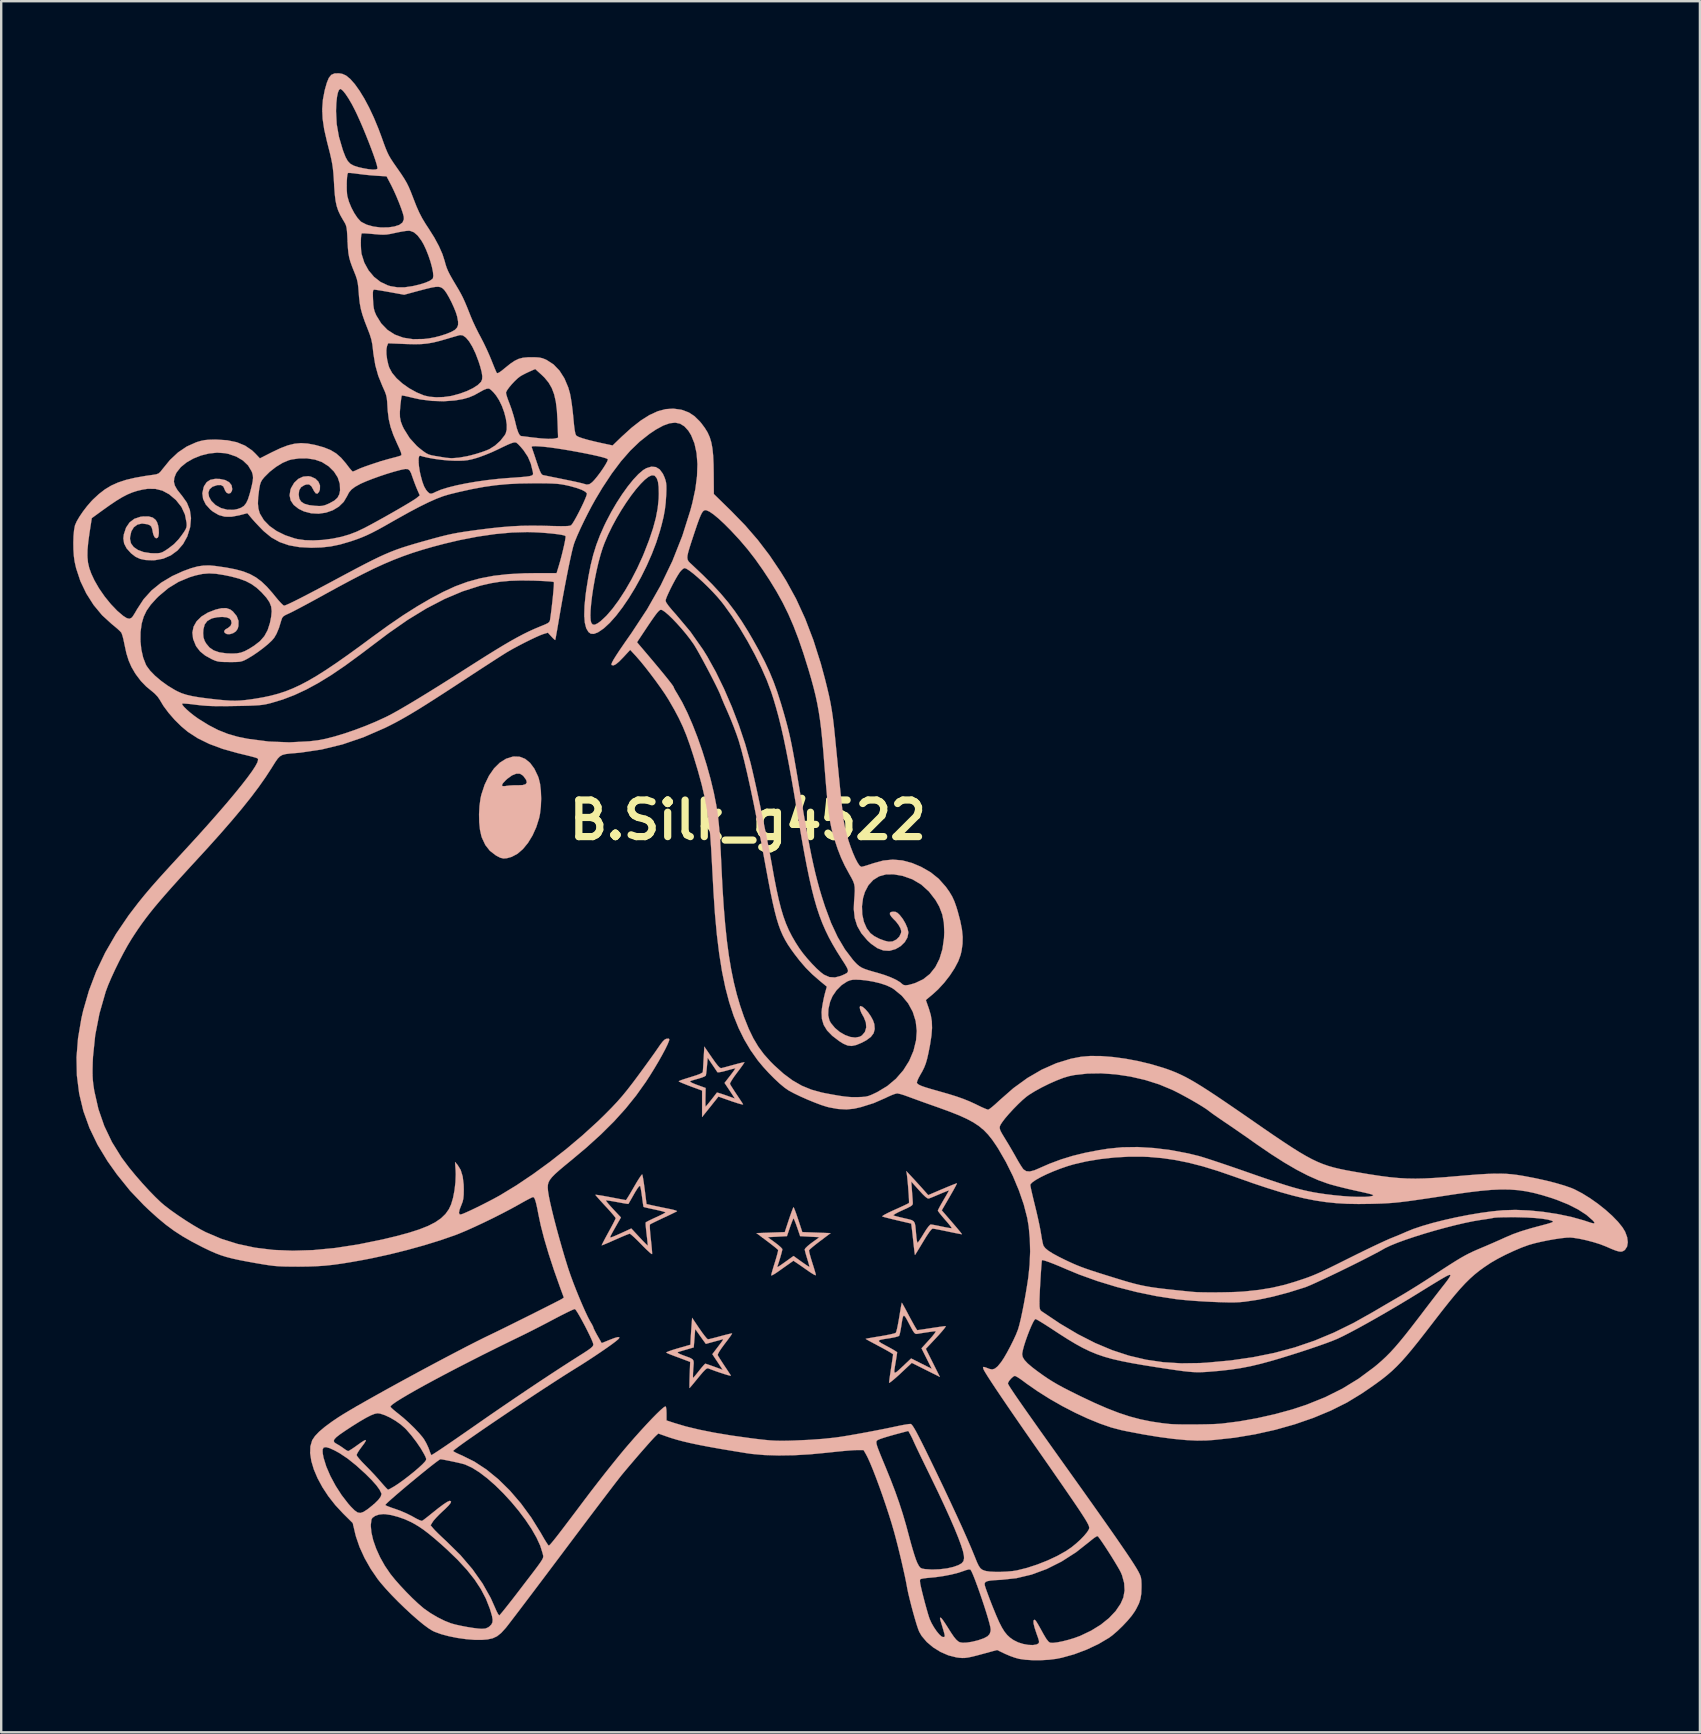
<source format=kicad_pcb>
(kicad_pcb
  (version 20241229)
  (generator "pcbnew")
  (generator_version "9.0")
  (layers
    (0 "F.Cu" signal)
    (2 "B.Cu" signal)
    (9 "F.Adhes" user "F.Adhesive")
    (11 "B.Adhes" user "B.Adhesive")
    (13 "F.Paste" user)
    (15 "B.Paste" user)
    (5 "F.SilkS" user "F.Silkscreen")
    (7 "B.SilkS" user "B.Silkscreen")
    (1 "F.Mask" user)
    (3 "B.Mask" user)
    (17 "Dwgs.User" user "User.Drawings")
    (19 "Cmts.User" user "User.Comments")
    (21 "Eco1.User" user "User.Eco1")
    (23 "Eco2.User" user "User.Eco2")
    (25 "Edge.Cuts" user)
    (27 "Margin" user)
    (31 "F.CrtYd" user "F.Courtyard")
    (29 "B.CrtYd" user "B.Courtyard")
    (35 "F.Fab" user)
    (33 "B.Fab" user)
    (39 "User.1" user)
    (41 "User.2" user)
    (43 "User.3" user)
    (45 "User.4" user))
  (footprint "B.Silk_g4522"
    (layer "F.Cu")
    (at 28.105 31.115)
    (property "Reference" "B.Silk_g4522" (at 0 0 0) (layer "F.SilkS") (effects (font (size 1.524 1.524) (thickness 0.3))))
    (attr through_hole)
    (fp_poly (pts (xy -9.505 -2.639) (xy -9.277 -2.55) (xy -9.072 -2.383) (xy -8.893 -2.141) (xy -8.743 -1.827) (xy -8.712 -1.742) (xy -8.655 -1.507) (xy -8.621 -1.215) (xy -8.609 -0.893) (xy -8.622 -0.565) (xy -8.658 -0.256) (xy -8.693 -0.085) (xy -8.812 0.293) (xy -8.969 0.641) (xy -9.158 0.951) (xy -9.371 1.21) (xy -9.599 1.407) (xy -9.834 1.531) (xy -9.854 1.538) (xy -10.039 1.59) (xy -10.181 1.601) (xy -10.314 1.569) (xy -10.47 1.488) (xy -10.499 1.471) (xy -10.746 1.281) (xy -10.936 1.039) (xy -11.078 0.735) (xy -11.101 0.664) (xy -11.158 0.407) (xy -11.19 0.095) (xy -11.197 -0.244) (xy -11.179 -0.585) (xy -11.136 -0.901) (xy -11.1 -1.063) (xy -10.97 -1.454) (xy -10.245 -1.454) (xy -10.215 -1.414) (xy -10.113 -1.414) (xy -10.065 -1.423) (xy -9.926 -1.44) (xy -9.745 -1.45) (xy -9.588 -1.449) (xy -9.383 -1.457) (xy -9.257 -1.495) (xy -9.207 -1.567) (xy -9.234 -1.673) (xy -9.337 -1.816) (xy -9.368 -1.852) (xy -9.492 -1.931) (xy -9.645 -1.934) (xy -9.823 -1.862) (xy -10.022 -1.718) (xy -10.086 -1.659) (xy -10.202 -1.535) (xy -10.245 -1.454) (xy -10.97 -1.454) (xy -10.959 -1.484) (xy -10.782 -1.85) (xy -10.572 -2.153) (xy -10.333 -2.39) (xy -10.072 -2.555) (xy -9.791 -2.643) (xy -9.754 -2.648) (xy -9.505 -2.639)) (stroke (width 0.01) (type solid)) (fill yes) (layer "B.SilkS"))
    (fp_poly (pts (xy -3.831 -14.706) (xy -3.672 -14.609) (xy -3.54 -14.431) (xy -3.469 -14.275) (xy -3.43 -14.161) (xy -3.405 -14.054) (xy -3.393 -13.932) (xy -3.392 -13.774) (xy -3.399 -13.556) (xy -3.401 -13.525) (xy -3.421 -13.217) (xy -3.456 -12.93) (xy -3.509 -12.639) (xy -3.587 -12.316) (xy -3.666 -12.029) (xy -3.816 -11.56) (xy -4 -11.081) (xy -4.211 -10.602) (xy -4.444 -10.131) (xy -4.695 -9.677) (xy -4.956 -9.25) (xy -5.223 -8.858) (xy -5.49 -8.51) (xy -5.751 -8.217) (xy -6.001 -7.986) (xy -6.235 -7.826) (xy -6.253 -7.817) (xy -6.415 -7.756) (xy -6.542 -7.764) (xy -6.638 -7.833) (xy -6.732 -7.991) (xy -6.791 -8.225) (xy -6.811 -8.491) (xy -6.558 -8.491) (xy -6.546 -8.312) (xy -6.518 -8.21) (xy -6.457 -8.144) (xy -6.371 -8.14) (xy -6.251 -8.199) (xy -6.131 -8.287) (xy -5.891 -8.511) (xy -5.637 -8.805) (xy -5.375 -9.16) (xy -5.112 -9.565) (xy -4.855 -10.009) (xy -4.611 -10.481) (xy -4.387 -10.97) (xy -4.322 -11.126) (xy -4.112 -11.666) (xy -3.95 -12.15) (xy -3.831 -12.589) (xy -3.754 -12.996) (xy -3.714 -13.383) (xy -3.708 -13.589) (xy -3.715 -13.877) (xy -3.742 -14.091) (xy -3.793 -14.24) (xy -3.869 -14.334) (xy -3.902 -14.355) (xy -4.003 -14.363) (xy -4.135 -14.302) (xy -4.292 -14.179) (xy -4.469 -14.002) (xy -4.661 -13.78) (xy -4.863 -13.518) (xy -5.068 -13.225) (xy -5.272 -12.908) (xy -5.469 -12.575) (xy -5.654 -12.233) (xy -5.821 -11.891) (xy -5.966 -11.554) (xy -6.044 -11.345) (xy -6.134 -11.06) (xy -6.221 -10.739) (xy -6.301 -10.395) (xy -6.374 -10.038) (xy -6.437 -9.682) (xy -6.489 -9.337) (xy -6.527 -9.016) (xy -6.551 -8.73) (xy -6.558 -8.491) (xy -6.811 -8.491) (xy -6.814 -8.537) (xy -6.803 -8.925) (xy -6.756 -9.39) (xy -6.729 -9.588) (xy -6.641 -10.137) (xy -6.547 -10.619) (xy -6.439 -11.054) (xy -6.313 -11.459) (xy -6.163 -11.854) (xy -5.985 -12.257) (xy -5.897 -12.439) (xy -5.688 -12.837) (xy -5.464 -13.22) (xy -5.232 -13.578) (xy -4.999 -13.902) (xy -4.772 -14.183) (xy -4.557 -14.412) (xy -4.362 -14.579) (xy -4.227 -14.66) (xy -4.016 -14.724) (xy -3.831 -14.706)) (stroke (width 0.01) (type solid)) (fill yes) (layer "B.SilkS"))
    (fp_poly (pts (xy 1.926 16.167) (xy 1.968 16.27) (xy 2.024 16.424) (xy 2.088 16.614) (xy 2.1 16.648) (xy 2.27 17.166) (xy 2.86 17.187) (xy 3.45 17.209) (xy 3.006 17.542) (xy 2.839 17.67) (xy 2.699 17.783) (xy 2.598 17.872) (xy 2.55 17.923) (xy 2.549 17.928) (xy 2.556 17.987) (xy 2.586 18.108) (xy 2.633 18.274) (xy 2.686 18.445) (xy 2.746 18.634) (xy 2.794 18.795) (xy 2.826 18.91) (xy 2.836 18.96) (xy 2.805 18.96) (xy 2.721 18.917) (xy 2.599 18.84) (xy 2.529 18.792) (xy 2.367 18.678) (xy 2.21 18.568) (xy 2.085 18.483) (xy 2.062 18.467) (xy 1.901 18.359) (xy 1.702 18.499) (xy 1.562 18.597) (xy 1.392 18.718) (xy 1.238 18.827) (xy 1.114 18.909) (xy 1.021 18.96) (xy 0.976 18.97) (xy 0.974 18.965) (xy 0.986 18.907) (xy 1.019 18.786) (xy 1.068 18.62) (xy 1.126 18.433) (xy 1.184 18.242) (xy 1.229 18.08) (xy 1.257 17.965) (xy 1.263 17.912) (xy 1.226 17.874) (xy 1.133 17.796) (xy 0.999 17.69) (xy 0.836 17.565) (xy 0.804 17.541) (xy 0.586 17.378) (xy 0.826 17.378) (xy 1.133 17.601) (xy 1.269 17.706) (xy 1.375 17.799) (xy 1.433 17.865) (xy 1.439 17.882) (xy 1.427 17.946) (xy 1.396 18.066) (xy 1.354 18.216) (xy 1.306 18.373) (xy 1.262 18.51) (xy 1.238 18.575) (xy 1.229 18.608) (xy 1.243 18.617) (xy 1.289 18.595) (xy 1.377 18.537) (xy 1.519 18.437) (xy 1.619 18.366) (xy 1.904 18.161) (xy 2.229 18.394) (xy 2.37 18.493) (xy 2.483 18.569) (xy 2.552 18.61) (xy 2.566 18.615) (xy 2.56 18.571) (xy 2.533 18.467) (xy 2.49 18.323) (xy 2.475 18.274) (xy 2.426 18.113) (xy 2.389 17.979) (xy 2.371 17.895) (xy 2.371 17.885) (xy 2.403 17.834) (xy 2.489 17.75) (xy 2.614 17.648) (xy 2.677 17.601) (xy 2.984 17.378) (xy 2.582 17.357) (xy 2.18 17.335) (xy 2.054 16.965) (xy 1.996 16.804) (xy 1.947 16.678) (xy 1.914 16.605) (xy 1.905 16.595) (xy 1.883 16.632) (xy 1.841 16.732) (xy 1.787 16.877) (xy 1.756 16.965) (xy 1.63 17.335) (xy 1.228 17.357) (xy 0.826 17.378) (xy 0.586 17.378) (xy 0.36 17.209) (xy 0.95 17.187) (xy 1.54 17.166) (xy 1.71 16.648) (xy 1.776 16.454) (xy 1.834 16.293) (xy 1.878 16.18) (xy 1.903 16.13) (xy 1.905 16.129) (xy 1.926 16.167)) (stroke (width 0.01) (type solid)) (fill yes) (layer "B.SilkS"))
    (fp_poly (pts (xy -1.499 9.894) (xy -1.354 10.099) (xy -1.245 10.237) (xy -1.168 10.314) (xy -1.115 10.337) (xy -1.111 10.336) (xy -1.041 10.319) (xy -0.91 10.285) (xy -0.739 10.238) (xy -0.596 10.199) (xy -0.416 10.15) (xy -0.268 10.113) (xy -0.171 10.092) (xy -0.141 10.09) (xy -0.16 10.127) (xy -0.221 10.217) (xy -0.316 10.348) (xy -0.435 10.506) (xy -0.446 10.52) (xy -0.567 10.684) (xy -0.663 10.827) (xy -0.725 10.934) (xy -0.745 10.99) (xy -0.744 10.992) (xy -0.713 11.049) (xy -0.645 11.158) (xy -0.552 11.303) (xy -0.475 11.419) (xy -0.369 11.578) (xy -0.279 11.714) (xy -0.217 11.809) (xy -0.196 11.843) (xy -0.221 11.849) (xy -0.312 11.829) (xy -0.456 11.787) (xy -0.639 11.727) (xy -0.694 11.708) (xy -1.224 11.52) (xy -1.564 11.946) (xy -1.905 12.372) (xy -1.905 11.27) (xy -2.392 11.09) (xy -2.578 11.018) (xy -2.732 10.956) (xy -2.837 10.909) (xy -2.879 10.883) (xy -2.879 10.882) (xy -2.872 10.879) (xy -2.406 10.879) (xy -2.397 10.906) (xy -2.316 10.952) (xy -2.172 11.012) (xy -2.109 11.035) (xy -1.757 11.162) (xy -1.765 11.55) (xy -1.767 11.719) (xy -1.766 11.851) (xy -1.761 11.927) (xy -1.758 11.938) (xy -1.727 11.907) (xy -1.657 11.824) (xy -1.561 11.705) (xy -1.519 11.652) (xy -1.417 11.522) (xy -1.338 11.419) (xy -1.293 11.36) (xy -1.287 11.353) (xy -1.246 11.36) (xy -1.144 11.391) (xy -0.998 11.439) (xy -0.909 11.47) (xy -0.54 11.601) (xy -0.615 11.484) (xy -0.682 11.382) (xy -0.772 11.246) (xy -0.83 11.159) (xy -0.969 10.951) (xy -0.739 10.654) (xy -0.638 10.521) (xy -0.562 10.416) (xy -0.523 10.355) (xy -0.52 10.346) (xy -0.563 10.351) (xy -0.668 10.377) (xy -0.816 10.417) (xy -0.888 10.437) (xy -1.05 10.48) (xy -1.179 10.505) (xy -1.256 10.509) (xy -1.268 10.503) (xy -1.301 10.452) (xy -1.369 10.351) (xy -1.458 10.219) (xy -1.482 10.185) (xy -1.672 9.904) (xy -1.702 10.249) (xy -1.718 10.416) (xy -1.734 10.553) (xy -1.747 10.635) (xy -1.75 10.645) (xy -1.798 10.68) (xy -1.906 10.725) (xy -2.051 10.77) (xy -2.06 10.772) (xy -2.212 10.815) (xy -2.336 10.853) (xy -2.405 10.878) (xy -2.406 10.879) (xy -2.872 10.879) (xy -2.841 10.861) (xy -2.737 10.821) (xy -2.582 10.77) (xy -2.394 10.712) (xy -2.382 10.708) (xy -2.135 10.63) (xy -1.97 10.566) (xy -1.887 10.516) (xy -1.876 10.498) (xy -1.87 10.433) (xy -1.861 10.302) (xy -1.851 10.126) (xy -1.84 9.937) (xy -1.812 9.438) (xy -1.499 9.894)) (stroke (width 0.01) (type solid)) (fill yes) (layer "B.SilkS"))
    (fp_poly (pts (xy -2.018 21.185) (xy -1.9 21.354) (xy -1.795 21.493) (xy -1.713 21.591) (xy -1.665 21.632) (xy -1.662 21.632) (xy -1.601 21.622) (xy -1.478 21.592) (xy -1.31 21.549) (xy -1.138 21.502) (xy -0.952 21.452) (xy -0.798 21.414) (xy -0.693 21.391) (xy -0.654 21.387) (xy -0.673 21.424) (xy -0.734 21.515) (xy -0.829 21.645) (xy -0.948 21.802) (xy -0.959 21.815) (xy -1.09 21.993) (xy -1.188 22.139) (xy -1.244 22.243) (xy -1.254 22.289) (xy -1.222 22.349) (xy -1.153 22.46) (xy -1.059 22.606) (xy -0.983 22.722) (xy -0.877 22.88) (xy -0.788 23.016) (xy -0.726 23.11) (xy -0.705 23.144) (xy -0.731 23.148) (xy -0.822 23.127) (xy -0.963 23.085) (xy -1.139 23.028) (xy -1.336 22.96) (xy -1.538 22.886) (xy -1.657 22.84) (xy -1.703 22.846) (xy -1.772 22.897) (xy -1.873 23.001) (xy -2.012 23.165) (xy -2.072 23.238) (xy -2.202 23.397) (xy -2.311 23.529) (xy -2.39 23.622) (xy -2.428 23.663) (xy -2.429 23.664) (xy -2.432 23.625) (xy -2.432 23.516) (xy -2.429 23.355) (xy -2.423 23.156) (xy -2.422 23.119) (xy -2.402 22.574) (xy -2.64 22.484) (xy -2.824 22.415) (xy -3.027 22.34) (xy -3.122 22.304) (xy -3.256 22.252) (xy -3.357 22.208) (xy -3.397 22.186) (xy -3.376 22.168) (xy -2.921 22.168) (xy -2.92 22.193) (xy -2.847 22.237) (xy -2.712 22.293) (xy -2.709 22.294) (xy -2.512 22.366) (xy -2.38 22.419) (xy -2.301 22.468) (xy -2.263 22.529) (xy -2.254 22.618) (xy -2.263 22.75) (xy -2.272 22.859) (xy -2.282 23.027) (xy -2.286 23.157) (xy -2.284 23.231) (xy -2.281 23.241) (xy -2.249 23.21) (xy -2.178 23.127) (xy -2.081 23.007) (xy -2.032 22.945) (xy -1.926 22.813) (xy -1.838 22.711) (xy -1.782 22.655) (xy -1.771 22.648) (xy -1.721 22.662) (xy -1.611 22.699) (xy -1.461 22.752) (xy -1.394 22.776) (xy -1.047 22.904) (xy -1.123 22.787) (xy -1.19 22.685) (xy -1.28 22.549) (xy -1.339 22.461) (xy -1.478 22.252) (xy -1.331 22.059) (xy -1.194 21.879) (xy -1.102 21.756) (xy -1.049 21.681) (xy -1.029 21.642) (xy -1.036 21.631) (xy -1.063 21.636) (xy -1.082 21.641) (xy -1.163 21.664) (xy -1.297 21.7) (xy -1.455 21.743) (xy -1.456 21.743) (xy -1.748 21.823) (xy -1.825 21.717) (xy -1.894 21.622) (xy -1.986 21.493) (xy -2.047 21.406) (xy -2.192 21.202) (xy -2.222 21.586) (xy -2.253 21.97) (xy -2.555 22.058) (xy -2.712 22.103) (xy -2.841 22.143) (xy -2.918 22.167) (xy -2.921 22.168) (xy -3.376 22.168) (xy -3.371 22.164) (xy -3.278 22.126) (xy -3.131 22.075) (xy -2.945 22.018) (xy -2.91 22.008) (xy -2.392 21.859) (xy -2.382 21.65) (xy -2.374 21.505) (xy -2.362 21.313) (xy -2.348 21.114) (xy -2.346 21.089) (xy -2.32 20.737) (xy -2.018 21.185)) (stroke (width 0.01) (type solid)) (fill yes) (layer "B.SilkS"))
    (fp_poly (pts (xy 6.439 20.144) (xy 6.494 20.241) (xy 6.574 20.388) (xy 6.672 20.571) (xy 6.729 20.68) (xy 6.836 20.877) (xy 6.929 21.045) (xy 7.003 21.171) (xy 7.05 21.241) (xy 7.061 21.251) (xy 7.112 21.245) (xy 7.23 21.228) (xy 7.398 21.203) (xy 7.6 21.172) (xy 7.636 21.166) (xy 7.846 21.135) (xy 8.028 21.108) (xy 8.165 21.09) (xy 8.239 21.082) (xy 8.243 21.082) (xy 8.237 21.111) (xy 8.181 21.19) (xy 8.082 21.309) (xy 7.95 21.459) (xy 7.86 21.556) (xy 7.416 22.029) (xy 8.002 23.2) (xy 7.417 22.907) (xy 6.832 22.614) (xy 6.358 23.058) (xy 6.196 23.206) (xy 6.058 23.325) (xy 5.954 23.408) (xy 5.894 23.444) (xy 5.884 23.441) (xy 5.891 23.378) (xy 5.907 23.249) (xy 5.933 23.072) (xy 5.964 22.865) (xy 5.969 22.834) (xy 6 22.628) (xy 6.026 22.453) (xy 6.045 22.325) (xy 6.053 22.262) (xy 6.053 22.259) (xy 6.018 22.23) (xy 5.92 22.169) (xy 5.773 22.085) (xy 5.59 21.984) (xy 5.482 21.927) (xy 5.285 21.822) (xy 5.117 21.732) (xy 5.032 21.685) (xy 5.458 21.685) (xy 5.468 21.728) (xy 5.554 21.789) (xy 5.712 21.876) (xy 5.799 21.922) (xy 5.968 22.014) (xy 6.104 22.093) (xy 6.194 22.15) (xy 6.222 22.175) (xy 6.215 22.227) (xy 6.198 22.342) (xy 6.173 22.5) (xy 6.159 22.585) (xy 6.125 22.783) (xy 6.105 22.922) (xy 6.105 23.003) (xy 6.134 23.026) (xy 6.198 22.991) (xy 6.305 22.9) (xy 6.463 22.751) (xy 6.609 22.614) (xy 6.804 22.43) (xy 7.234 22.646) (xy 7.664 22.862) (xy 7.45 22.435) (xy 7.236 22.008) (xy 7.56 21.651) (xy 7.683 21.511) (xy 7.774 21.397) (xy 7.824 21.32) (xy 7.826 21.294) (xy 7.754 21.301) (xy 7.62 21.318) (xy 7.443 21.344) (xy 7.245 21.374) (xy 7.084 21.401) (xy 7.025 21.408) (xy 6.978 21.398) (xy 6.933 21.359) (xy 6.878 21.278) (xy 6.804 21.144) (xy 6.726 20.996) (xy 6.625 20.805) (xy 6.554 20.688) (xy 6.505 20.645) (xy 6.469 20.679) (xy 6.439 20.791) (xy 6.407 20.985) (xy 6.393 21.082) (xy 6.364 21.251) (xy 6.335 21.39) (xy 6.31 21.475) (xy 6.303 21.488) (xy 6.247 21.514) (xy 6.128 21.546) (xy 5.969 21.577) (xy 5.895 21.589) (xy 5.669 21.623) (xy 5.524 21.653) (xy 5.458 21.685) (xy 5.032 21.685) (xy 4.991 21.662) (xy 4.921 21.621) (xy 4.911 21.614) (xy 4.95 21.603) (xy 5.058 21.583) (xy 5.221 21.554) (xy 5.423 21.52) (xy 5.514 21.506) (xy 5.733 21.468) (xy 5.923 21.43) (xy 6.068 21.396) (xy 6.152 21.37) (xy 6.164 21.362) (xy 6.188 21.305) (xy 6.22 21.181) (xy 6.256 21.005) (xy 6.294 20.795) (xy 6.308 20.712) (xy 6.343 20.498) (xy 6.374 20.317) (xy 6.398 20.185) (xy 6.413 20.115) (xy 6.416 20.108) (xy 6.439 20.144)) (stroke (width 0.01) (type solid)) (fill yes) (layer "B.SilkS"))
    (fp_poly (pts (xy 6.784 14.817) (xy 6.896 14.937) (xy 7.039 15.093) (xy 7.189 15.258) (xy 7.241 15.316) (xy 7.517 15.625) (xy 8.108 15.372) (xy 8.314 15.286) (xy 8.49 15.214) (xy 8.623 15.162) (xy 8.7 15.135) (xy 8.713 15.133) (xy 8.697 15.173) (xy 8.646 15.272) (xy 8.566 15.418) (xy 8.463 15.599) (xy 8.403 15.703) (xy 8.08 16.259) (xy 8.506 16.752) (xy 8.652 16.922) (xy 8.775 17.068) (xy 8.866 17.179) (xy 8.915 17.243) (xy 8.921 17.254) (xy 8.879 17.25) (xy 8.768 17.23) (xy 8.606 17.198) (xy 8.407 17.157) (xy 8.34 17.142) (xy 8.126 17.098) (xy 7.937 17.06) (xy 7.793 17.033) (xy 7.709 17.02) (xy 7.699 17.019) (xy 7.647 17.056) (xy 7.561 17.164) (xy 7.443 17.339) (xy 7.303 17.568) (xy 7.188 17.759) (xy 7.09 17.921) (xy 7.015 18.042) (xy 6.972 18.109) (xy 6.964 18.119) (xy 6.956 18.079) (xy 6.941 17.973) (xy 6.923 17.815) (xy 6.904 17.642) (xy 6.881 17.43) (xy 6.859 17.23) (xy 6.84 17.068) (xy 6.83 16.988) (xy 6.807 16.811) (xy 6.229 16.676) (xy 6.016 16.625) (xy 5.831 16.579) (xy 5.69 16.542) (xy 5.61 16.518) (xy 5.6 16.514) (xy 5.618 16.489) (xy 5.646 16.472) (xy 6.066 16.472) (xy 6.127 16.492) (xy 6.251 16.525) (xy 6.416 16.565) (xy 6.526 16.591) (xy 6.704 16.631) (xy 6.827 16.667) (xy 6.907 16.715) (xy 6.954 16.789) (xy 6.98 16.906) (xy 6.997 17.08) (xy 7.01 17.24) (xy 7.026 17.405) (xy 7.045 17.533) (xy 7.064 17.603) (xy 7.071 17.611) (xy 7.104 17.576) (xy 7.169 17.484) (xy 7.256 17.349) (xy 7.328 17.23) (xy 7.436 17.058) (xy 7.529 16.931) (xy 7.597 16.86) (xy 7.621 16.849) (xy 7.69 16.857) (xy 7.819 16.881) (xy 7.986 16.914) (xy 8.083 16.935) (xy 8.254 16.97) (xy 8.392 16.994) (xy 8.478 17.005) (xy 8.496 17.003) (xy 8.477 16.966) (xy 8.413 16.88) (xy 8.313 16.758) (xy 8.215 16.646) (xy 8.093 16.504) (xy 7.995 16.384) (xy 7.933 16.301) (xy 7.917 16.271) (xy 7.937 16.222) (xy 7.992 16.116) (xy 8.073 15.971) (xy 8.15 15.838) (xy 8.244 15.677) (xy 8.32 15.544) (xy 8.368 15.457) (xy 8.382 15.429) (xy 8.346 15.439) (xy 8.249 15.476) (xy 8.107 15.534) (xy 7.997 15.58) (xy 7.825 15.653) (xy 7.676 15.715) (xy 7.571 15.756) (xy 7.539 15.768) (xy 7.486 15.758) (xy 7.403 15.699) (xy 7.284 15.584) (xy 7.138 15.426) (xy 6.81 15.06) (xy 6.839 15.457) (xy 6.853 15.644) (xy 6.865 15.809) (xy 6.872 15.926) (xy 6.874 15.957) (xy 6.868 16.007) (xy 6.838 16.051) (xy 6.768 16.1) (xy 6.648 16.162) (xy 6.463 16.246) (xy 6.447 16.253) (xy 6.28 16.331) (xy 6.152 16.399) (xy 6.077 16.448) (xy 6.066 16.472) (xy 5.646 16.472) (xy 5.702 16.437) (xy 5.84 16.365) (xy 6.02 16.28) (xy 6.122 16.234) (xy 6.325 16.143) (xy 6.499 16.063) (xy 6.63 16) (xy 6.703 15.96) (xy 6.714 15.952) (xy 6.717 15.902) (xy 6.713 15.787) (xy 6.704 15.624) (xy 6.69 15.433) (xy 6.675 15.232) (xy 6.657 15.039) (xy 6.64 14.874) (xy 6.625 14.754) (xy 6.625 14.753) (xy 6.605 14.626) (xy 6.784 14.817)) (stroke (width 0.01) (type solid)) (fill yes) (layer "B.SilkS"))
    (fp_poly (pts (xy -4.384 14.815) (xy -4.362 14.935) (xy -4.335 15.106) (xy -4.306 15.314) (xy -4.295 15.397) (xy -4.22 15.998) (xy -3.941 16.061) (xy -3.761 16.099) (xy -3.542 16.145) (xy -3.324 16.189) (xy -3.289 16.196) (xy -3.129 16.23) (xy -3.012 16.263) (xy -2.953 16.288) (xy -2.951 16.297) (xy -3 16.324) (xy -3.111 16.379) (xy -3.268 16.455) (xy -3.458 16.544) (xy -3.514 16.57) (xy -3.709 16.662) (xy -3.877 16.743) (xy -4.002 16.805) (xy -4.069 16.841) (xy -4.076 16.846) (xy -4.083 16.897) (xy -4.08 17.016) (xy -4.068 17.186) (xy -4.049 17.392) (xy -4.041 17.457) (xy -4.018 17.672) (xy -4 17.858) (xy -3.989 17.997) (xy -3.987 18.074) (xy -3.988 18.083) (xy -4.021 18.07) (xy -4.101 18.004) (xy -4.218 17.896) (xy -4.361 17.754) (xy -4.435 17.678) (xy -4.591 17.52) (xy -4.73 17.386) (xy -4.839 17.289) (xy -4.907 17.237) (xy -4.921 17.232) (xy -4.977 17.25) (xy -5.095 17.296) (xy -5.259 17.365) (xy -5.453 17.45) (xy -5.524 17.481) (xy -5.722 17.569) (xy -5.889 17.641) (xy -6.014 17.692) (xy -6.08 17.716) (xy -6.087 17.717) (xy -6.072 17.678) (xy -6.023 17.579) (xy -5.946 17.432) (xy -5.848 17.251) (xy -5.802 17.167) (xy -5.696 16.972) (xy -5.606 16.803) (xy -5.541 16.674) (xy -5.507 16.598) (xy -5.503 16.586) (xy -5.531 16.542) (xy -5.606 16.448) (xy -5.72 16.317) (xy -5.86 16.16) (xy -5.927 16.089) (xy -6.076 15.927) (xy -6.148 15.847) (xy -5.913 15.847) (xy -5.893 15.883) (xy -5.826 15.968) (xy -5.722 16.087) (xy -5.609 16.211) (xy -5.286 16.556) (xy -5.388 16.734) (xy -5.524 16.972) (xy -5.622 17.146) (xy -5.687 17.266) (xy -5.723 17.339) (xy -5.733 17.378) (xy -5.721 17.389) (xy -5.693 17.384) (xy -5.672 17.378) (xy -5.591 17.347) (xy -5.457 17.29) (xy -5.293 17.217) (xy -5.214 17.181) (xy -4.854 17.015) (xy -4.517 17.378) (xy -4.385 17.519) (xy -4.275 17.632) (xy -4.199 17.706) (xy -4.17 17.729) (xy -4.17 17.685) (xy -4.18 17.574) (xy -4.197 17.414) (xy -4.216 17.255) (xy -4.237 17.066) (xy -4.252 16.908) (xy -4.257 16.802) (xy -4.255 16.764) (xy -4.211 16.736) (xy -4.107 16.682) (xy -3.959 16.611) (xy -3.833 16.553) (xy -3.667 16.476) (xy -3.533 16.409) (xy -3.45 16.362) (xy -3.429 16.345) (xy -3.468 16.326) (xy -3.573 16.295) (xy -3.727 16.258) (xy -3.88 16.224) (xy -4.064 16.185) (xy -4.214 16.151) (xy -4.313 16.127) (xy -4.344 16.117) (xy -4.354 16.073) (xy -4.371 15.963) (xy -4.393 15.807) (xy -4.406 15.704) (xy -4.431 15.524) (xy -4.456 15.372) (xy -4.478 15.271) (xy -4.487 15.246) (xy -4.521 15.25) (xy -4.588 15.332) (xy -4.689 15.492) (xy -4.742 15.584) (xy -4.834 15.747) (xy -4.91 15.879) (xy -4.96 15.966) (xy -4.975 15.992) (xy -5.017 15.989) (xy -5.125 15.973) (xy -5.281 15.945) (xy -5.438 15.916) (xy -5.624 15.882) (xy -5.777 15.858) (xy -5.879 15.846) (xy -5.913 15.847) (xy -6.148 15.847) (xy -6.202 15.788) (xy -6.295 15.682) (xy -6.345 15.622) (xy -6.35 15.613) (xy -6.311 15.613) (xy -6.203 15.628) (xy -6.041 15.654) (xy -5.839 15.691) (xy -5.726 15.712) (xy -5.506 15.754) (xy -5.317 15.79) (xy -5.174 15.816) (xy -5.092 15.831) (xy -5.078 15.832) (xy -5.05 15.798) (xy -4.989 15.702) (xy -4.901 15.558) (xy -4.796 15.378) (xy -4.741 15.282) (xy -4.631 15.093) (xy -4.533 14.936) (xy -4.457 14.823) (xy -4.41 14.767) (xy -4.399 14.764) (xy -4.384 14.815)) (stroke (width 0.01) (type solid)) (fill yes) (layer "B.SilkS"))
    (fp_poly (pts (xy -16.898 -31.089) (xy -16.739 -31.019) (xy -16.563 -30.874) (xy -16.374 -30.661) (xy -16.177 -30.385) (xy -15.975 -30.055) (xy -15.774 -29.677) (xy -15.577 -29.257) (xy -15.389 -28.803) (xy -15.264 -28.469) (xy -15.168 -28.2) (xy -15.09 -27.992) (xy -15.021 -27.827) (xy -14.952 -27.685) (xy -14.873 -27.549) (xy -14.775 -27.399) (xy -14.649 -27.217) (xy -14.607 -27.157) (xy -14.441 -26.919) (xy -14.315 -26.725) (xy -14.214 -26.553) (xy -14.128 -26.38) (xy -14.044 -26.183) (xy -13.949 -25.939) (xy -13.935 -25.902) (xy -13.81 -25.582) (xy -13.692 -25.316) (xy -13.568 -25.076) (xy -13.423 -24.835) (xy -13.293 -24.637) (xy -13.063 -24.271) (xy -12.87 -23.913) (xy -12.723 -23.58) (xy -12.632 -23.298) (xy -12.59 -23.142) (xy -12.543 -23.002) (xy -12.482 -22.859) (xy -12.4 -22.698) (xy -12.287 -22.499) (xy -12.142 -22.255) (xy -12.035 -22.075) (xy -11.947 -21.916) (xy -11.866 -21.757) (xy -11.786 -21.581) (xy -11.697 -21.37) (xy -11.591 -21.105) (xy -11.54 -20.976) (xy -11.456 -20.778) (xy -11.345 -20.54) (xy -11.224 -20.296) (xy -11.135 -20.13) (xy -11.009 -19.887) (xy -10.875 -19.607) (xy -10.753 -19.332) (xy -10.689 -19.177) (xy -10.612 -18.985) (xy -10.544 -18.818) (xy -10.491 -18.695) (xy -10.462 -18.633) (xy -10.461 -18.633) (xy -10.428 -18.617) (xy -10.364 -18.644) (xy -10.259 -18.717) (xy -10.118 -18.832) (xy -9.897 -19.01) (xy -9.713 -19.134) (xy -9.544 -19.215) (xy -9.369 -19.261) (xy -9.165 -19.28) (xy -9.017 -19.282) (xy -8.814 -19.279) (xy -8.668 -19.266) (xy -8.549 -19.238) (xy -8.43 -19.191) (xy -8.377 -19.165) (xy -8.093 -18.981) (xy -7.846 -18.724) (xy -7.641 -18.403) (xy -7.481 -18.024) (xy -7.408 -17.769) (xy -7.375 -17.598) (xy -7.339 -17.369) (xy -7.305 -17.108) (xy -7.276 -16.841) (xy -7.268 -16.751) (xy -7.24 -16.459) (xy -7.213 -16.245) (xy -7.185 -16.103) (xy -7.155 -16.028) (xy -7.149 -16.021) (xy -7.061 -15.968) (xy -6.893 -15.907) (xy -6.65 -15.837) (xy -6.336 -15.76) (xy -6.077 -15.702) (xy -5.632 -15.607) (xy -5.256 -15.97) (xy -4.842 -16.346) (xy -4.456 -16.647) (xy -4.095 -16.875) (xy -3.752 -17.032) (xy -3.424 -17.12) (xy -3.104 -17.141) (xy -2.787 -17.098) (xy -2.712 -17.079) (xy -2.452 -16.978) (xy -2.223 -16.827) (xy -2.004 -16.612) (xy -1.936 -16.531) (xy -1.792 -16.338) (xy -1.676 -16.15) (xy -1.587 -15.953) (xy -1.521 -15.736) (xy -1.474 -15.484) (xy -1.444 -15.185) (xy -1.427 -14.827) (xy -1.421 -14.443) (xy -1.415 -13.583) (xy -0.693 -12.877) (xy -0.109 -12.277) (xy 0.416 -11.67) (xy 0.901 -11.035) (xy 1.363 -10.349) (xy 1.597 -9.97) (xy 2.012 -9.214) (xy 2.39 -8.39) (xy 2.732 -7.495) (xy 3.039 -6.527) (xy 3.213 -5.884) (xy 3.306 -5.509) (xy 3.383 -5.182) (xy 3.445 -4.882) (xy 3.496 -4.588) (xy 3.542 -4.278) (xy 3.584 -3.932) (xy 3.626 -3.528) (xy 3.638 -3.408) (xy 3.667 -3.112) (xy 3.702 -2.757) (xy 3.74 -2.37) (xy 3.779 -1.976) (xy 3.816 -1.602) (xy 3.83 -1.46) (xy 3.862 -1.137) (xy 3.896 -0.816) (xy 3.93 -0.515) (xy 3.96 -0.252) (xy 3.986 -0.044) (xy 4 0.057) (xy 4.047 0.307) (xy 4.114 0.576) (xy 4.194 0.851) (xy 4.285 1.12) (xy 4.381 1.371) (xy 4.477 1.591) (xy 4.569 1.769) (xy 4.651 1.891) (xy 4.72 1.946) (xy 4.732 1.947) (xy 4.801 1.934) (xy 4.929 1.898) (xy 5.097 1.844) (xy 5.229 1.8) (xy 5.644 1.686) (xy 6.042 1.647) (xy 6.438 1.681) (xy 6.844 1.79) (xy 7.218 1.948) (xy 7.617 2.176) (xy 7.952 2.445) (xy 8.239 2.768) (xy 8.248 2.778) (xy 8.399 2.991) (xy 8.514 3.184) (xy 8.607 3.387) (xy 8.692 3.627) (xy 8.744 3.799) (xy 8.852 4.206) (xy 8.921 4.556) (xy 8.952 4.867) (xy 8.946 5.156) (xy 8.906 5.442) (xy 8.865 5.619) (xy 8.768 5.882) (xy 8.614 6.174) (xy 8.415 6.478) (xy 8.182 6.777) (xy 7.928 7.053) (xy 7.711 7.252) (xy 7.417 7.497) (xy 7.546 7.865) (xy 7.623 8.125) (xy 7.666 8.384) (xy 7.675 8.662) (xy 7.651 8.977) (xy 7.594 9.349) (xy 7.585 9.398) (xy 7.525 9.705) (xy 7.47 9.947) (xy 7.413 10.143) (xy 7.347 10.311) (xy 7.267 10.472) (xy 7.195 10.597) (xy 7.116 10.741) (xy 7.062 10.862) (xy 7.043 10.939) (xy 7.045 10.948) (xy 7.074 10.99) (xy 7.138 11.032) (xy 7.244 11.08) (xy 7.403 11.135) (xy 7.624 11.202) (xy 7.916 11.285) (xy 7.965 11.299) (xy 8.361 11.412) (xy 8.692 11.515) (xy 8.978 11.616) (xy 9.238 11.721) (xy 9.491 11.837) (xy 9.577 11.88) (xy 9.743 11.96) (xy 9.885 12.022) (xy 9.984 12.059) (xy 10.014 12.065) (xy 10.067 12.037) (xy 10.168 11.96) (xy 10.302 11.846) (xy 10.457 11.704) (xy 10.498 11.666) (xy 11.065 11.169) (xy 11.649 10.746) (xy 12.246 10.399) (xy 12.852 10.13) (xy 13.462 9.943) (xy 13.883 9.861) (xy 14.271 9.829) (xy 14.718 9.833) (xy 15.21 9.871) (xy 15.731 9.941) (xy 16.264 10.041) (xy 16.796 10.169) (xy 17.309 10.322) (xy 17.469 10.376) (xy 17.66 10.446) (xy 17.846 10.521) (xy 18.032 10.605) (xy 18.226 10.7) (xy 18.434 10.813) (xy 18.663 10.946) (xy 18.919 11.103) (xy 19.209 11.289) (xy 19.54 11.507) (xy 19.917 11.762) (xy 20.349 12.057) (xy 20.841 12.396) (xy 20.981 12.493) (xy 21.487 12.844) (xy 21.932 13.149) (xy 22.323 13.412) (xy 22.668 13.638) (xy 22.973 13.83) (xy 23.248 13.991) (xy 23.498 14.126) (xy 23.733 14.238) (xy 23.959 14.331) (xy 24.183 14.409) (xy 24.415 14.476) (xy 24.66 14.534) (xy 24.926 14.589) (xy 25.222 14.643) (xy 25.358 14.667) (xy 25.872 14.754) (xy 26.322 14.823) (xy 26.725 14.876) (xy 27.098 14.912) (xy 27.456 14.933) (xy 27.817 14.939) (xy 28.199 14.931) (xy 28.616 14.909) (xy 29.087 14.875) (xy 29.527 14.837) (xy 30.013 14.796) (xy 30.427 14.764) (xy 30.78 14.743) (xy 31.084 14.731) (xy 31.353 14.73) (xy 31.596 14.738) (xy 31.827 14.757) (xy 32.057 14.785) (xy 32.298 14.824) (xy 32.344 14.832) (xy 32.814 14.922) (xy 33.258 15.02) (xy 33.663 15.123) (xy 34.017 15.227) (xy 34.307 15.328) (xy 34.437 15.383) (xy 34.757 15.55) (xy 35.087 15.754) (xy 35.414 15.984) (xy 35.726 16.232) (xy 36.009 16.485) (xy 36.251 16.734) (xy 36.439 16.967) (xy 36.55 17.15) (xy 36.634 17.378) (xy 36.661 17.59) (xy 36.631 17.769) (xy 36.546 17.902) (xy 36.523 17.922) (xy 36.455 17.963) (xy 36.381 17.981) (xy 36.287 17.972) (xy 36.158 17.935) (xy 35.982 17.866) (xy 35.744 17.762) (xy 35.743 17.762) (xy 35.512 17.672) (xy 35.234 17.585) (xy 34.936 17.506) (xy 34.645 17.443) (xy 34.389 17.403) (xy 34.269 17.392) (xy 34.107 17.397) (xy 33.884 17.421) (xy 33.619 17.46) (xy 33.334 17.51) (xy 33.048 17.569) (xy 32.782 17.631) (xy 32.556 17.695) (xy 32.533 17.702) (xy 32.239 17.809) (xy 31.908 17.95) (xy 31.567 18.109) (xy 31.244 18.276) (xy 30.968 18.435) (xy 30.917 18.468) (xy 30.689 18.62) (xy 30.48 18.771) (xy 30.282 18.93) (xy 30.089 19.102) (xy 29.891 19.297) (xy 29.683 19.522) (xy 29.456 19.785) (xy 29.203 20.093) (xy 28.917 20.454) (xy 28.59 20.876) (xy 28.562 20.913) (xy 28.229 21.344) (xy 27.939 21.715) (xy 27.682 22.034) (xy 27.452 22.309) (xy 27.239 22.549) (xy 27.036 22.76) (xy 26.835 22.952) (xy 26.627 23.132) (xy 26.405 23.308) (xy 26.16 23.488) (xy 25.885 23.681) (xy 25.57 23.895) (xy 25.567 23.897) (xy 24.966 24.263) (xy 24.295 24.599) (xy 23.566 24.903) (xy 22.789 25.172) (xy 21.975 25.402) (xy 21.135 25.589) (xy 20.281 25.732) (xy 19.422 25.825) (xy 19.113 25.846) (xy 18.716 25.852) (xy 18.247 25.829) (xy 17.713 25.778) (xy 17.122 25.7) (xy 16.481 25.595) (xy 15.798 25.465) (xy 15.564 25.416) (xy 15.14 25.305) (xy 14.669 25.142) (xy 14.163 24.935) (xy 13.638 24.691) (xy 13.106 24.416) (xy 12.582 24.117) (xy 12.08 23.801) (xy 11.612 23.476) (xy 11.491 23.385) (xy 11.349 23.282) (xy 11.226 23.203) (xy 11.143 23.161) (xy 11.124 23.156) (xy 11.055 23.188) (xy 10.968 23.266) (xy 10.888 23.361) (xy 10.841 23.447) (xy 10.837 23.471) (xy 10.847 23.5) (xy 10.879 23.558) (xy 10.934 23.648) (xy 11.016 23.772) (xy 11.125 23.935) (xy 11.265 24.139) (xy 11.438 24.388) (xy 11.646 24.685) (xy 11.892 25.033) (xy 12.176 25.435) (xy 12.503 25.895) (xy 12.874 26.416) (xy 13.291 27.001) (xy 13.478 27.263) (xy 13.941 27.912) (xy 14.356 28.497) (xy 14.725 29.019) (xy 15.05 29.481) (xy 15.334 29.887) (xy 15.577 30.24) (xy 15.783 30.541) (xy 15.953 30.795) (xy 16.089 31.005) (xy 16.193 31.172) (xy 16.267 31.301) (xy 16.283 31.331) (xy 16.341 31.449) (xy 16.377 31.555) (xy 16.395 31.674) (xy 16.402 31.835) (xy 16.402 31.962) (xy 16.393 32.226) (xy 16.359 32.441) (xy 16.294 32.64) (xy 16.186 32.855) (xy 16.123 32.964) (xy 15.998 33.143) (xy 15.824 33.352) (xy 15.618 33.571) (xy 15.402 33.78) (xy 15.193 33.96) (xy 15.05 34.066) (xy 14.609 34.327) (xy 14.114 34.56) (xy 13.595 34.755) (xy 13.081 34.898) (xy 12.853 34.944) (xy 12.554 34.982) (xy 12.221 35.001) (xy 11.883 35.002) (xy 11.569 34.983) (xy 11.307 34.946) (xy 11.303 34.945) (xy 11.125 34.896) (xy 10.916 34.821) (xy 10.72 34.737) (xy 10.707 34.731) (xy 10.385 34.576) (xy 9.839 34.725) (xy 9.561 34.8) (xy 9.347 34.854) (xy 9.182 34.888) (xy 9.049 34.906) (xy 8.931 34.909) (xy 8.813 34.9) (xy 8.692 34.884) (xy 8.358 34.8) (xy 8.029 34.657) (xy 7.722 34.467) (xy 7.454 34.241) (xy 7.243 33.991) (xy 7.14 33.814) (xy 7.094 33.696) (xy 7.033 33.513) (xy 6.964 33.282) (xy 6.89 33.02) (xy 6.816 32.746) (xy 6.748 32.476) (xy 6.688 32.228) (xy 6.644 32.02) (xy 6.626 31.919) (xy 6.592 31.737) (xy 6.586 31.707) (xy 7.171 31.707) (xy 7.182 31.803) (xy 7.212 31.95) (xy 7.262 32.16) (xy 7.31 32.351) (xy 7.375 32.603) (xy 7.442 32.845) (xy 7.503 33.058) (xy 7.554 33.221) (xy 7.576 33.284) (xy 7.653 33.454) (xy 7.753 33.628) (xy 7.863 33.79) (xy 7.972 33.923) (xy 8.067 34.01) (xy 8.128 34.036) (xy 8.174 34.034) (xy 8.2 34.018) (xy 8.204 33.973) (xy 8.186 33.885) (xy 8.145 33.74) (xy 8.107 33.613) (xy 8.054 33.435) (xy 8.021 33.323) (xy 8.008 33.262) (xy 8.01 33.236) (xy 8.025 33.231) (xy 8.041 33.232) (xy 8.078 33.266) (xy 8.147 33.358) (xy 8.238 33.493) (xy 8.321 33.623) (xy 8.468 33.856) (xy 8.584 34.025) (xy 8.679 34.141) (xy 8.762 34.215) (xy 8.826 34.252) (xy 8.946 34.274) (xy 9.124 34.267) (xy 9.34 34.234) (xy 9.573 34.177) (xy 9.62 34.163) (xy 9.839 34.086) (xy 9.987 34.005) (xy 10.074 33.912) (xy 10.113 33.795) (xy 10.118 33.714) (xy 10.104 33.617) (xy 10.065 33.458) (xy 10.006 33.248) (xy 9.931 33) (xy 9.844 32.729) (xy 9.75 32.446) (xy 9.653 32.164) (xy 9.558 31.897) (xy 9.537 31.841) (xy 9.864 31.841) (xy 9.879 31.905) (xy 9.921 32.035) (xy 9.987 32.218) (xy 10.07 32.441) (xy 10.167 32.691) (xy 10.208 32.794) (xy 10.351 33.142) (xy 10.474 33.421) (xy 10.587 33.641) (xy 10.694 33.813) (xy 10.804 33.949) (xy 10.923 34.06) (xy 11.059 34.156) (xy 11.081 34.169) (xy 11.263 34.259) (xy 11.471 34.324) (xy 11.683 34.363) (xy 11.876 34.371) (xy 12.028 34.346) (xy 12.084 34.318) (xy 12.119 34.287) (xy 12.134 34.247) (xy 12.126 34.181) (xy 12.093 34.072) (xy 12.032 33.902) (xy 12.029 33.892) (xy 11.947 33.644) (xy 11.904 33.464) (xy 11.901 33.354) (xy 11.938 33.316) (xy 11.939 33.316) (xy 11.961 33.323) (xy 11.989 33.349) (xy 12.029 33.405) (xy 12.088 33.502) (xy 12.172 33.65) (xy 12.288 33.86) (xy 12.315 33.91) (xy 12.434 34.109) (xy 12.53 34.23) (xy 12.596 34.273) (xy 12.714 34.279) (xy 12.891 34.258) (xy 13.11 34.215) (xy 13.351 34.154) (xy 13.596 34.08) (xy 13.827 33.996) (xy 13.861 33.982) (xy 14.306 33.769) (xy 14.704 33.523) (xy 15.045 33.249) (xy 15.324 32.955) (xy 15.532 32.648) (xy 15.645 32.39) (xy 15.697 32.1) (xy 15.679 31.785) (xy 15.591 31.463) (xy 15.54 31.342) (xy 15.482 31.231) (xy 15.392 31.076) (xy 15.28 30.889) (xy 15.153 30.683) (xy 15.02 30.474) (xy 14.89 30.273) (xy 14.771 30.095) (xy 14.672 29.953) (xy 14.602 29.86) (xy 14.574 29.831) (xy 14.525 29.845) (xy 14.431 29.905) (xy 14.31 29.999) (xy 14.262 30.04) (xy 13.675 30.503) (xy 13.07 30.891) (xy 12.45 31.202) (xy 11.821 31.434) (xy 11.187 31.585) (xy 10.562 31.652) (xy 10.3 31.666) (xy 10.112 31.683) (xy 9.985 31.707) (xy 9.909 31.74) (xy 9.872 31.786) (xy 9.864 31.841) (xy 9.537 31.841) (xy 9.469 31.658) (xy 9.39 31.459) (xy 9.326 31.314) (xy 9.281 31.235) (xy 9.277 31.231) (xy 9.209 31.218) (xy 9.078 31.252) (xy 9.009 31.278) (xy 8.771 31.358) (xy 8.475 31.433) (xy 8.148 31.496) (xy 7.817 31.543) (xy 7.637 31.56) (xy 7.46 31.576) (xy 7.311 31.596) (xy 7.214 31.617) (xy 7.194 31.625) (xy 7.175 31.651) (xy 7.171 31.707) (xy 6.586 31.707) (xy 6.541 31.491) (xy 6.476 31.199) (xy 6.403 30.878) (xy 6.324 30.546) (xy 6.244 30.222) (xy 6.167 29.924) (xy 6.098 29.668) (xy 6.097 29.664) (xy 5.995 29.312) (xy 5.877 28.934) (xy 5.748 28.541) (xy 5.613 28.146) (xy 5.476 27.76) (xy 5.341 27.397) (xy 5.213 27.067) (xy 5.096 26.784) (xy 4.995 26.56) (xy 4.926 26.427) (xy 4.822 26.247) (xy 4.544 26.247) (xy 4.419 26.252) (xy 4.226 26.265) (xy 3.984 26.286) (xy 3.708 26.313) (xy 3.415 26.344) (xy 3.307 26.356) (xy 2.604 26.423) (xy 1.926 26.462) (xy 1.285 26.472) (xy 0.693 26.454) (xy 0.163 26.407) (xy -0.042 26.378) (xy -0.649 26.279) (xy -1.179 26.19) (xy -1.641 26.107) (xy -2.042 26.03) (xy -2.391 25.956) (xy -2.475 25.936) (xy 5.354 25.936) (xy 5.37 26.02) (xy 5.408 26.141) (xy 5.473 26.31) (xy 5.564 26.536) (xy 5.685 26.828) (xy 5.725 26.924) (xy 5.949 27.475) (xy 6.14 27.973) (xy 6.305 28.44) (xy 6.453 28.898) (xy 6.591 29.368) (xy 6.713 29.824) (xy 6.788 30.103) (xy 6.864 30.369) (xy 6.936 30.605) (xy 7 30.796) (xy 7.051 30.926) (xy 7.06 30.946) (xy 7.129 31.075) (xy 7.186 31.147) (xy 7.258 31.183) (xy 7.368 31.204) (xy 7.388 31.206) (xy 7.675 31.225) (xy 7.993 31.213) (xy 8.304 31.175) (xy 8.564 31.115) (xy 8.773 31.041) (xy 8.909 30.964) (xy 8.984 30.873) (xy 9.009 30.755) (xy 9.003 30.647) (xy 8.966 30.467) (xy 8.887 30.216) (xy 8.769 29.897) (xy 8.613 29.513) (xy 8.419 29.066) (xy 8.189 28.559) (xy 7.925 27.995) (xy 7.626 27.377) (xy 7.581 27.284) (xy 7.433 26.981) (xy 7.294 26.695) (xy 7.168 26.435) (xy 7.062 26.214) (xy 6.981 26.043) (xy 6.93 25.932) (xy 6.919 25.908) (xy 6.853 25.76) (xy 6.782 25.621) (xy 6.762 25.584) (xy 6.685 25.45) (xy 6.168 25.587) (xy 5.953 25.647) (xy 5.753 25.706) (xy 5.59 25.758) (xy 5.488 25.795) (xy 5.429 25.821) (xy 5.386 25.846) (xy 5.36 25.882) (xy 5.354 25.936) (xy -2.475 25.936) (xy -2.695 25.885) (xy -2.962 25.814) (xy -3.2 25.742) (xy -3.357 25.689) (xy -3.729 25.558) (xy -3.838 25.659) (xy -3.91 25.732) (xy -4.027 25.86) (xy -4.179 26.03) (xy -4.356 26.231) (xy -4.55 26.453) (xy -4.749 26.685) (xy -4.946 26.916) (xy -5.129 27.133) (xy -5.267 27.299) (xy -5.344 27.397) (xy -5.468 27.556) (xy -5.633 27.771) (xy -5.835 28.036) (xy -6.07 28.345) (xy -6.333 28.692) (xy -6.62 29.071) (xy -6.925 29.476) (xy -7.245 29.901) (xy -7.575 30.341) (xy -7.727 30.544) (xy -8.058 30.984) (xy -8.378 31.41) (xy -8.684 31.816) (xy -8.971 32.197) (xy -9.236 32.547) (xy -9.473 32.86) (xy -9.679 33.131) (xy -9.85 33.354) (xy -9.98 33.524) (xy -10.066 33.634) (xy -10.092 33.665) (xy -10.275 33.866) (xy -10.446 34.003) (xy -10.63 34.089) (xy -10.85 34.136) (xy -11.073 34.154) (xy -11.388 34.153) (xy -11.739 34.124) (xy -12.101 34.073) (xy -12.455 34.002) (xy -12.777 33.916) (xy -13.045 33.818) (xy -13.129 33.779) (xy -13.296 33.676) (xy -13.508 33.52) (xy -13.752 33.319) (xy -14.018 33.085) (xy -14.296 32.827) (xy -14.574 32.557) (xy -14.841 32.285) (xy -15.086 32.02) (xy -15.299 31.773) (xy -15.418 31.623) (xy -15.711 31.195) (xy -15.967 30.743) (xy -16.175 30.288) (xy -16.325 29.85) (xy -16.357 29.725) (xy -16.437 29.383) (xy -15.709 29.383) (xy -15.683 29.675) (xy -15.607 30.002) (xy -15.485 30.351) (xy -15.322 30.711) (xy -15.122 31.068) (xy -14.889 31.409) (xy -14.883 31.417) (xy -14.701 31.642) (xy -14.479 31.894) (xy -14.233 32.156) (xy -13.981 32.41) (xy -13.74 32.637) (xy -13.528 32.82) (xy -13.476 32.862) (xy -13.216 33.042) (xy -12.925 33.214) (xy -12.632 33.36) (xy -12.369 33.464) (xy -12.363 33.466) (xy -12.18 33.517) (xy -11.948 33.568) (xy -11.693 33.617) (xy -11.443 33.657) (xy -11.225 33.684) (xy -11.084 33.694) (xy -10.93 33.682) (xy -10.811 33.63) (xy -10.756 33.588) (xy -10.681 33.511) (xy -10.639 33.424) (xy -10.631 33.312) (xy -10.657 33.16) (xy -10.717 32.953) (xy -10.755 32.836) (xy -10.914 32.432) (xy -11.121 32.037) (xy -11.382 31.641) (xy -11.701 31.239) (xy -12.085 30.822) (xy -12.539 30.384) (xy -12.758 30.186) (xy -13.047 29.934) (xy -13.292 29.732) (xy -13.507 29.568) (xy -13.706 29.432) (xy -13.905 29.314) (xy -14.021 29.251) (xy -14.288 29.129) (xy -14.577 29.028) (xy -14.859 28.954) (xy -15.109 28.917) (xy -15.187 28.914) (xy -15.371 28.935) (xy -15.53 28.991) (xy -15.641 29.072) (xy -15.68 29.139) (xy -15.709 29.383) (xy -16.437 29.383) (xy -16.46 29.287) (xy -16.86 28.89) (xy -17.185 28.54) (xy -17.474 28.172) (xy -17.721 27.796) (xy -17.924 27.421) (xy -18.08 27.054) (xy -18.184 26.705) (xy -18.233 26.381) (xy -18.232 26.358) (xy -17.714 26.358) (xy -17.676 26.564) (xy -17.562 26.933) (xy -17.391 27.329) (xy -17.174 27.733) (xy -16.923 28.123) (xy -16.648 28.479) (xy -16.535 28.607) (xy -16.382 28.76) (xy -16.258 28.846) (xy -16.143 28.867) (xy -16.015 28.825) (xy -15.856 28.723) (xy -15.8 28.681) (xy -15.617 28.533) (xy -15.104 28.533) (xy -15.071 28.558) (xy -14.974 28.599) (xy -14.829 28.653) (xy -14.702 28.695) (xy -14.476 28.776) (xy -14.234 28.88) (xy -14.018 28.987) (xy -13.956 29.021) (xy -13.804 29.106) (xy -13.676 29.167) (xy -13.592 29.196) (xy -13.572 29.196) (xy -13.52 29.163) (xy -13.419 29.087) (xy -13.284 28.981) (xy -13.163 28.883) (xy -12.895 28.669) (xy -12.682 28.51) (xy -12.527 28.408) (xy -12.429 28.365) (xy -12.415 28.363) (xy -12.364 28.384) (xy -12.38 28.448) (xy -12.464 28.555) (xy -12.617 28.708) (xy -12.697 28.781) (xy -12.848 28.924) (xy -12.983 29.063) (xy -13.085 29.179) (xy -13.124 29.232) (xy -13.215 29.38) (xy -13.101 29.517) (xy -13.028 29.597) (xy -12.907 29.718) (xy -12.754 29.865) (xy -12.585 30.023) (xy -12.548 30.057) (xy -11.972 30.625) (xy -11.473 31.209) (xy -11.052 31.805) (xy -10.712 32.409) (xy -10.538 32.798) (xy -10.471 32.952) (xy -10.41 33.068) (xy -10.365 33.129) (xy -10.352 33.134) (xy -10.317 33.098) (xy -10.236 33.003) (xy -10.118 32.857) (xy -9.969 32.669) (xy -9.794 32.446) (xy -9.602 32.197) (xy -9.517 32.086) (xy -9.262 31.752) (xy -9.053 31.48) (xy -8.886 31.261) (xy -8.757 31.088) (xy -8.661 30.955) (xy -8.594 30.855) (xy -8.551 30.78) (xy -8.529 30.724) (xy -8.522 30.679) (xy -8.526 30.638) (xy -8.537 30.595) (xy -8.551 30.542) (xy -8.551 30.539) (xy -8.647 30.232) (xy -8.803 29.893) (xy -9.01 29.531) (xy -9.261 29.156) (xy -9.545 28.778) (xy -9.855 28.406) (xy -10.182 28.05) (xy -10.517 27.72) (xy -10.853 27.425) (xy -11.179 27.176) (xy -11.489 26.981) (xy -11.772 26.851) (xy -11.831 26.832) (xy -11.934 26.805) (xy -12.086 26.769) (xy -12.265 26.73) (xy -12.448 26.692) (xy -12.614 26.659) (xy -12.741 26.636) (xy -12.806 26.628) (xy -12.855 26.654) (xy -12.958 26.728) (xy -13.107 26.842) (xy -13.293 26.988) (xy -13.505 27.159) (xy -13.735 27.347) (xy -13.974 27.544) (xy -14.212 27.742) (xy -14.439 27.934) (xy -14.648 28.113) (xy -14.828 28.27) (xy -14.97 28.397) (xy -15.065 28.488) (xy -15.104 28.533) (xy -15.617 28.533) (xy -15.569 28.495) (xy -15.4 28.329) (xy -15.295 28.189) (xy -15.261 28.081) (xy -15.265 28.054) (xy -15.338 27.902) (xy -15.473 27.715) (xy -15.675 27.489) (xy -15.925 27.239) (xy -16.316 26.885) (xy -16.673 26.599) (xy -17.005 26.377) (xy -17.204 26.267) (xy -17.418 26.168) (xy -17.571 26.125) (xy -17.668 26.14) (xy -17.713 26.216) (xy -17.714 26.358) (xy -18.232 26.358) (xy -18.224 26.093) (xy -18.158 25.869) (xy -17.251 25.869) (xy -17.222 25.929) (xy -17.141 25.984) (xy -17.124 25.993) (xy -17.007 26.061) (xy -16.875 26.15) (xy -16.845 26.173) (xy -16.744 26.243) (xy -16.667 26.284) (xy -16.649 26.289) (xy -16.598 26.265) (xy -16.496 26.202) (xy -16.362 26.111) (xy -16.286 26.056) (xy -16.101 25.925) (xy -15.979 25.848) (xy -15.918 25.828) (xy -15.917 25.864) (xy -15.973 25.958) (xy -16.086 26.11) (xy -16.108 26.139) (xy -16.201 26.268) (xy -16.269 26.38) (xy -16.298 26.45) (xy -16.298 26.454) (xy -16.27 26.509) (xy -16.191 26.609) (xy -16.075 26.739) (xy -15.935 26.883) (xy -15.755 27.066) (xy -15.563 27.269) (xy -15.386 27.464) (xy -15.294 27.57) (xy -15.175 27.707) (xy -15.075 27.816) (xy -15.008 27.883) (xy -14.987 27.898) (xy -14.94 27.877) (xy -14.842 27.824) (xy -14.725 27.757) (xy -14.55 27.642) (xy -14.344 27.494) (xy -14.126 27.327) (xy -13.911 27.154) (xy -13.716 26.988) (xy -13.558 26.842) (xy -13.452 26.73) (xy -13.45 26.727) (xy -13.408 26.667) (xy -13.399 26.613) (xy -13.425 26.536) (xy -13.478 26.428) (xy -13.621 26.181) (xy -13.808 25.907) (xy -14.016 25.635) (xy -14.224 25.395) (xy -14.285 25.333) (xy -14.465 25.175) (xy -14.679 25.025) (xy -14.905 24.893) (xy -15.125 24.791) (xy -15.317 24.728) (xy -15.426 24.714) (xy -15.54 24.735) (xy -15.7 24.797) (xy -15.909 24.904) (xy -16.173 25.058) (xy -16.496 25.26) (xy -16.77 25.44) (xy -16.99 25.591) (xy -17.14 25.708) (xy -17.225 25.798) (xy -17.251 25.869) (xy -18.158 25.869) (xy -18.152 25.848) (xy -18.14 25.824) (xy -18.031 25.662) (xy -17.861 25.483) (xy -17.625 25.283) (xy -17.319 25.057) (xy -17.053 24.878) (xy -16.853 24.752) (xy -16.586 24.592) (xy -16.327 24.441) (xy -14.89 24.441) (xy -14.851 24.487) (xy -14.76 24.57) (xy -14.635 24.673) (xy -14.581 24.715) (xy -14.352 24.902) (xy -14.118 25.112) (xy -13.894 25.329) (xy -13.698 25.537) (xy -13.545 25.719) (xy -13.489 25.798) (xy -13.394 25.962) (xy -13.309 26.144) (xy -13.274 26.236) (xy -13.231 26.358) (xy -13.196 26.439) (xy -13.182 26.458) (xy -13.142 26.436) (xy -13.045 26.375) (xy -12.906 26.285) (xy -12.739 26.174) (xy -12.719 26.16) (xy -12.571 26.06) (xy -12.367 25.92) (xy -12.119 25.75) (xy -11.841 25.557) (xy -11.545 25.352) (xy -11.245 25.143) (xy -11.143 25.072) (xy -10.686 24.755) (xy -10.199 24.421) (xy -9.695 24.078) (xy -9.187 23.735) (xy -8.687 23.401) (xy -8.207 23.084) (xy -7.761 22.793) (xy -7.361 22.535) (xy -7.075 22.353) (xy -6.842 22.206) (xy -6.672 22.094) (xy -6.556 22.011) (xy -6.485 21.948) (xy -6.448 21.898) (xy -6.436 21.854) (xy -6.435 21.845) (xy -6.455 21.772) (xy -6.507 21.645) (xy -6.584 21.476) (xy -6.68 21.281) (xy -6.785 21.074) (xy -6.894 20.871) (xy -6.997 20.684) (xy -7.088 20.529) (xy -7.159 20.42) (xy -7.203 20.372) (xy -7.205 20.371) (xy -7.259 20.387) (xy -7.375 20.437) (xy -7.541 20.517) (xy -7.747 20.62) (xy -7.98 20.741) (xy -8.067 20.787) (xy -8.343 20.933) (xy -8.632 21.083) (xy -8.911 21.226) (xy -9.158 21.351) (xy -9.353 21.447) (xy -9.356 21.449) (xy -9.933 21.729) (xy -10.501 22.009) (xy -11.056 22.286) (xy -11.593 22.559) (xy -12.107 22.823) (xy -12.593 23.077) (xy -13.046 23.318) (xy -13.46 23.542) (xy -13.832 23.749) (xy -14.156 23.934) (xy -14.427 24.095) (xy -14.641 24.229) (xy -14.792 24.335) (xy -14.875 24.408) (xy -14.89 24.441) (xy -16.327 24.441) (xy -16.261 24.403) (xy -15.887 24.189) (xy -15.472 23.956) (xy -15.025 23.707) (xy -14.554 23.448) (xy -14.068 23.183) (xy -13.576 22.917) (xy -13.086 22.655) (xy -12.608 22.401) (xy -12.148 22.16) (xy -11.718 21.936) (xy -11.324 21.735) (xy -10.976 21.561) (xy -10.681 21.419) (xy -10.681 21.419) (xy -10.542 21.352) (xy -10.351 21.259) (xy -10.119 21.145) (xy -9.854 21.014) (xy -9.569 20.872) (xy -9.273 20.725) (xy -8.977 20.577) (xy -8.69 20.433) (xy -8.424 20.299) (xy -8.189 20.18) (xy -7.995 20.081) (xy -7.852 20.008) (xy -7.771 19.965) (xy -7.758 19.957) (xy -7.664 19.896) (xy -7.816 19.484) (xy -8.074 18.755) (xy -8.296 18.076) (xy -8.481 17.452) (xy -8.626 16.89) (xy -8.72 16.447) (xy -8.774 16.167) (xy -8.82 15.963) (xy -8.86 15.824) (xy -8.897 15.742) (xy -8.934 15.708) (xy -8.949 15.706) (xy -9.001 15.726) (xy -9.112 15.781) (xy -9.267 15.863) (xy -9.452 15.966) (xy -9.525 16.008) (xy -9.851 16.188) (xy -10.217 16.38) (xy -10.605 16.577) (xy -10.999 16.768) (xy -11.381 16.947) (xy -11.733 17.105) (xy -12.039 17.233) (xy -12.178 17.287) (xy -12.796 17.502) (xy -13.475 17.712) (xy -14.193 17.911) (xy -14.927 18.094) (xy -15.653 18.253) (xy -16.023 18.325) (xy -16.498 18.41) (xy -16.909 18.477) (xy -17.276 18.528) (xy -17.618 18.564) (xy -17.955 18.587) (xy -18.304 18.6) (xy -18.686 18.605) (xy -18.754 18.605) (xy -19.071 18.603) (xy -19.326 18.599) (xy -19.541 18.59) (xy -19.737 18.574) (xy -19.939 18.549) (xy -20.167 18.514) (xy -20.444 18.467) (xy -20.468 18.463) (xy -20.873 18.39) (xy -21.209 18.325) (xy -21.492 18.262) (xy -21.736 18.198) (xy -21.957 18.128) (xy -22.17 18.047) (xy -22.39 17.951) (xy -22.632 17.835) (xy -22.732 17.786) (xy -23.167 17.559) (xy -23.552 17.338) (xy -23.905 17.109) (xy -24.244 16.859) (xy -24.587 16.574) (xy -24.954 16.242) (xy -25.162 16.044) (xy -25.735 15.442) (xy -26.284 14.761) (xy -26.676 14.209) (xy -27.092 13.523) (xy -27.427 12.828) (xy -27.682 12.12) (xy -27.856 11.395) (xy -27.951 10.65) (xy -27.957 10.385) (xy -27.299 10.385) (xy -27.299 10.617) (xy -27.289 10.817) (xy -27.268 11.014) (xy -27.235 11.234) (xy -27.223 11.303) (xy -27.055 12.041) (xy -26.811 12.745) (xy -26.49 13.417) (xy -26.09 14.061) (xy -25.782 14.473) (xy -25.507 14.807) (xy -25.224 15.132) (xy -24.945 15.436) (xy -24.682 15.706) (xy -24.448 15.93) (xy -24.303 16.054) (xy -24.042 16.254) (xy -23.739 16.468) (xy -23.416 16.683) (xy -23.095 16.884) (xy -22.799 17.056) (xy -22.585 17.168) (xy -21.939 17.444) (xy -21.256 17.659) (xy -20.533 17.814) (xy -19.769 17.908) (xy -18.959 17.941) (xy -18.102 17.915) (xy -17.195 17.828) (xy -16.235 17.68) (xy -15.22 17.473) (xy -14.637 17.333) (xy -14.123 17.194) (xy -13.687 17.054) (xy -13.322 16.91) (xy -13.023 16.757) (xy -12.783 16.592) (xy -12.596 16.412) (xy -12.454 16.212) (xy -12.361 16.012) (xy -12.281 15.742) (xy -12.219 15.421) (xy -12.18 15.081) (xy -12.168 14.755) (xy -12.173 14.605) (xy -12.197 14.245) (xy -12.088 14.372) (xy -11.962 14.577) (xy -11.879 14.849) (xy -11.838 15.191) (xy -11.833 15.388) (xy -11.837 15.608) (xy -11.852 15.769) (xy -11.88 15.898) (xy -11.927 16.021) (xy -11.928 16.023) (xy -12.006 16.223) (xy -12.034 16.357) (xy -12.011 16.424) (xy -11.959 16.432) (xy -11.877 16.406) (xy -11.734 16.345) (xy -11.544 16.259) (xy -11.321 16.152) (xy -11.08 16.033) (xy -10.834 15.907) (xy -10.596 15.783) (xy -10.382 15.666) (xy -10.306 15.623) (xy -9.639 15.217) (xy -8.946 14.751) (xy -8.243 14.239) (xy -7.549 13.694) (xy -6.88 13.129) (xy -6.253 12.558) (xy -5.965 12.278) (xy -5.685 11.995) (xy -5.446 11.741) (xy -5.229 11.494) (xy -5.015 11.232) (xy -4.783 10.932) (xy -4.649 10.753) (xy -4.458 10.494) (xy -4.266 10.231) (xy -4.085 9.981) (xy -3.926 9.759) (xy -3.802 9.582) (xy -3.763 9.525) (xy -3.637 9.344) (xy -3.543 9.223) (xy -3.47 9.151) (xy -3.407 9.117) (xy -3.371 9.109) (xy -3.289 9.107) (xy -3.27 9.141) (xy -3.282 9.194) (xy -3.34 9.339) (xy -3.437 9.54) (xy -3.568 9.785) (xy -3.723 10.06) (xy -3.896 10.351) (xy -4.078 10.645) (xy -4.255 10.917) (xy -4.653 11.476) (xy -5.091 12.019) (xy -5.577 12.557) (xy -6.12 13.096) (xy -6.727 13.646) (xy -7.333 14.155) (xy -7.623 14.393) (xy -7.854 14.587) (xy -8.031 14.746) (xy -8.16 14.878) (xy -8.249 14.992) (xy -8.304 15.097) (xy -8.33 15.201) (xy -8.335 15.312) (xy -8.325 15.441) (xy -8.32 15.482) (xy -8.288 15.677) (xy -8.234 15.941) (xy -8.16 16.259) (xy -8.071 16.62) (xy -7.969 17.011) (xy -7.857 17.419) (xy -7.74 17.831) (xy -7.621 18.235) (xy -7.502 18.618) (xy -7.468 18.724) (xy -7.379 18.982) (xy -7.272 19.273) (xy -7.151 19.583) (xy -7.024 19.895) (xy -6.897 20.195) (xy -6.776 20.467) (xy -6.668 20.696) (xy -6.579 20.866) (xy -6.553 20.91) (xy -6.486 21.025) (xy -6.443 21.112) (xy -6.435 21.141) (xy -6.415 21.195) (xy -6.362 21.302) (xy -6.287 21.442) (xy -6.261 21.487) (xy -6.087 21.791) (xy -5.745 21.651) (xy -5.547 21.576) (xy -5.416 21.541) (xy -5.354 21.545) (xy -5.363 21.589) (xy -5.404 21.634) (xy -5.5 21.715) (xy -5.656 21.833) (xy -5.861 21.979) (xy -6.103 22.146) (xy -6.37 22.326) (xy -6.652 22.511) (xy -6.936 22.694) (xy -7.191 22.852) (xy -7.452 23.015) (xy -7.75 23.204) (xy -8.078 23.416) (xy -8.431 23.645) (xy -8.802 23.888) (xy -9.184 24.141) (xy -9.57 24.398) (xy -9.955 24.655) (xy -10.331 24.909) (xy -10.693 25.154) (xy -11.033 25.386) (xy -11.345 25.602) (xy -11.624 25.795) (xy -11.861 25.963) (xy -12.051 26.101) (xy -12.187 26.204) (xy -12.263 26.267) (xy -12.277 26.285) (xy -12.24 26.315) (xy -12.142 26.367) (xy -12 26.433) (xy -11.906 26.473) (xy -11.396 26.726) (xy -10.89 27.057) (xy -10.394 27.462) (xy -9.914 27.934) (xy -9.456 28.466) (xy -9.025 29.055) (xy -8.629 29.692) (xy -8.584 29.771) (xy -8.484 29.945) (xy -8.396 30.088) (xy -8.33 30.187) (xy -8.295 30.226) (xy -8.294 30.226) (xy -8.272 30.215) (xy -8.233 30.178) (xy -8.174 30.111) (xy -8.09 30.01) (xy -7.978 29.869) (xy -7.835 29.685) (xy -7.657 29.452) (xy -7.44 29.165) (xy -7.18 28.822) (xy -6.875 28.416) (xy -6.788 28.3) (xy -6.525 27.953) (xy -6.241 27.586) (xy -5.949 27.213) (xy -5.66 26.851) (xy -5.388 26.514) (xy -5.144 26.219) (xy -4.987 26.035) (xy -4.718 25.726) (xy -4.457 25.435) (xy -4.213 25.169) (xy -3.99 24.933) (xy -3.795 24.735) (xy -3.635 24.581) (xy -3.514 24.476) (xy -3.441 24.429) (xy -3.43 24.426) (xy -3.407 24.466) (xy -3.392 24.573) (xy -3.387 24.719) (xy -3.387 25.012) (xy -3.059 25.12) (xy -2.578 25.263) (xy -2.024 25.396) (xy -1.394 25.522) (xy -0.686 25.64) (xy 0.103 25.75) (xy 0.361 25.783) (xy 0.674 25.819) (xy 0.937 25.844) (xy 1.179 25.857) (xy 1.43 25.861) (xy 1.718 25.856) (xy 1.911 25.85) (xy 2.551 25.821) (xy 3.117 25.781) (xy 3.615 25.729) (xy 3.873 25.693) (xy 4.177 25.644) (xy 4.537 25.581) (xy 4.929 25.51) (xy 5.327 25.434) (xy 5.705 25.36) (xy 6.038 25.291) (xy 6.15 25.267) (xy 6.365 25.222) (xy 6.553 25.187) (xy 6.697 25.165) (xy 6.781 25.159) (xy 6.792 25.16) (xy 6.826 25.186) (xy 6.873 25.245) (xy 6.934 25.341) (xy 7.014 25.481) (xy 7.114 25.671) (xy 7.238 25.914) (xy 7.389 26.217) (xy 7.568 26.584) (xy 7.78 27.022) (xy 7.833 27.132) (xy 8.143 27.779) (xy 8.429 28.386) (xy 8.69 28.947) (xy 8.924 29.458) (xy 9.126 29.912) (xy 9.296 30.304) (xy 9.43 30.627) (xy 9.463 30.709) (xy 9.55 30.924) (xy 9.622 31.073) (xy 9.69 31.17) (xy 9.767 31.232) (xy 9.863 31.27) (xy 9.926 31.287) (xy 10.082 31.31) (xy 10.296 31.32) (xy 10.543 31.32) (xy 10.797 31.309) (xy 11.033 31.288) (xy 11.21 31.26) (xy 11.625 31.157) (xy 12.058 31.016) (xy 12.487 30.847) (xy 12.891 30.658) (xy 13.248 30.458) (xy 13.483 30.299) (xy 13.675 30.143) (xy 13.856 29.979) (xy 14.012 29.817) (xy 14.133 29.671) (xy 14.207 29.554) (xy 14.224 29.495) (xy 14.221 29.461) (xy 14.211 29.42) (xy 14.191 29.368) (xy 14.158 29.301) (xy 14.11 29.214) (xy 14.043 29.103) (xy 13.955 28.965) (xy 13.844 28.794) (xy 13.706 28.588) (xy 13.538 28.341) (xy 13.339 28.051) (xy 13.105 27.711) (xy 12.833 27.319) (xy 12.522 26.87) (xy 12.167 26.361) (xy 11.766 25.786) (xy 11.748 25.76) (xy 11.411 25.275) (xy 11.098 24.821) (xy 10.812 24.404) (xy 10.557 24.028) (xy 10.334 23.697) (xy 10.148 23.415) (xy 10 23.187) (xy 9.895 23.018) (xy 9.834 22.911) (xy 9.823 22.887) (xy 9.8 22.817) (xy 9.808 22.785) (xy 9.86 22.789) (xy 9.969 22.827) (xy 10.06 22.864) (xy 10.178 22.888) (xy 10.29 22.855) (xy 10.41 22.758) (xy 10.548 22.59) (xy 10.561 22.573) (xy 10.672 22.404) (xy 10.755 22.261) (xy 11.43 22.261) (xy 11.453 22.372) (xy 11.526 22.494) (xy 11.656 22.634) (xy 11.849 22.799) (xy 12.058 22.958) (xy 12.281 23.119) (xy 12.485 23.259) (xy 12.686 23.386) (xy 12.898 23.511) (xy 13.136 23.641) (xy 13.417 23.785) (xy 13.754 23.953) (xy 13.885 24.017) (xy 14.457 24.287) (xy 14.975 24.512) (xy 15.453 24.697) (xy 15.908 24.847) (xy 16.352 24.965) (xy 16.802 25.057) (xy 17.272 25.127) (xy 17.568 25.16) (xy 17.727 25.17) (xy 17.951 25.177) (xy 18.222 25.181) (xy 18.52 25.181) (xy 18.828 25.178) (xy 19.126 25.173) (xy 19.395 25.165) (xy 19.616 25.154) (xy 19.733 25.145) (xy 20.463 25.053) (xy 21.215 24.919) (xy 21.963 24.751) (xy 22.68 24.555) (xy 23.271 24.36) (xy 24.053 24.045) (xy 24.774 23.685) (xy 25.446 23.273) (xy 26.084 22.8) (xy 26.224 22.685) (xy 26.41 22.523) (xy 26.588 22.357) (xy 26.766 22.178) (xy 26.951 21.976) (xy 27.151 21.743) (xy 27.374 21.471) (xy 27.628 21.149) (xy 27.92 20.77) (xy 28.026 20.632) (xy 28.231 20.362) (xy 28.434 20.097) (xy 28.626 19.848) (xy 28.795 19.629) (xy 28.933 19.452) (xy 29.028 19.332) (xy 29.138 19.188) (xy 29.221 19.068) (xy 29.266 18.987) (xy 29.271 18.961) (xy 29.256 18.949) (xy 29.229 18.949) (xy 29.181 18.965) (xy 29.106 19.001) (xy 28.998 19.061) (xy 28.848 19.148) (xy 28.651 19.267) (xy 28.399 19.421) (xy 28.086 19.614) (xy 27.919 19.718) (xy 27.5 19.974) (xy 27.068 20.233) (xy 26.634 20.487) (xy 26.209 20.732) (xy 25.802 20.962) (xy 25.425 21.17) (xy 25.087 21.35) (xy 24.799 21.498) (xy 24.571 21.606) (xy 24.553 21.614) (xy 24.352 21.697) (xy 24.083 21.798) (xy 23.76 21.912) (xy 23.397 22.036) (xy 23.009 22.164) (xy 22.608 22.291) (xy 22.21 22.414) (xy 21.855 22.519) (xy 21.387 22.647) (xy 20.957 22.75) (xy 20.54 22.831) (xy 20.111 22.895) (xy 19.645 22.947) (xy 19.179 22.986) (xy 19.008 22.997) (xy 18.851 23.003) (xy 18.696 23.003) (xy 18.531 22.996) (xy 18.345 22.98) (xy 18.126 22.956) (xy 17.863 22.92) (xy 17.543 22.873) (xy 17.154 22.814) (xy 17.022 22.794) (xy 16.466 22.705) (xy 15.983 22.621) (xy 15.561 22.538) (xy 15.187 22.452) (xy 14.852 22.358) (xy 14.542 22.252) (xy 14.246 22.13) (xy 13.953 21.988) (xy 13.651 21.822) (xy 13.328 21.628) (xy 12.972 21.401) (xy 12.803 21.29) (xy 12.576 21.141) (xy 12.371 21.01) (xy 12.198 20.903) (xy 12.07 20.827) (xy 11.997 20.789) (xy 11.986 20.786) (xy 11.943 20.824) (xy 11.882 20.928) (xy 11.809 21.082) (xy 11.729 21.272) (xy 11.648 21.482) (xy 11.572 21.697) (xy 11.507 21.901) (xy 11.459 22.08) (xy 11.433 22.217) (xy 11.43 22.261) (xy 10.755 22.261) (xy 10.801 22.181) (xy 10.936 21.929) (xy 11.065 21.67) (xy 11.175 21.431) (xy 11.252 21.235) (xy 11.258 21.22) (xy 11.312 21.033) (xy 11.374 20.777) (xy 11.44 20.466) (xy 11.509 20.117) (xy 11.511 20.105) (xy 12.15 20.105) (xy 12.153 20.266) (xy 12.167 20.366) (xy 12.198 20.427) (xy 12.245 20.468) (xy 13.011 20.981) (xy 13.75 21.419) (xy 14.469 21.786) (xy 15.177 22.084) (xy 15.882 22.315) (xy 16.591 22.482) (xy 17.313 22.587) (xy 18.057 22.633) (xy 18.829 22.622) (xy 19.113 22.606) (xy 20.114 22.513) (xy 21.05 22.378) (xy 21.937 22.199) (xy 22.785 21.971) (xy 23.608 21.69) (xy 24.419 21.352) (xy 25.23 20.954) (xy 26.035 20.502) (xy 26.297 20.348) (xy 26.597 20.172) (xy 26.897 19.997) (xy 27.163 19.842) (xy 27.178 19.834) (xy 27.388 19.709) (xy 27.648 19.55) (xy 27.938 19.37) (xy 28.238 19.179) (xy 28.526 18.993) (xy 28.604 18.942) (xy 28.953 18.713) (xy 29.245 18.525) (xy 29.489 18.371) (xy 29.697 18.245) (xy 29.881 18.141) (xy 30.051 18.052) (xy 30.221 17.971) (xy 30.4 17.892) (xy 30.547 17.83) (xy 30.8 17.723) (xy 31.09 17.597) (xy 31.375 17.471) (xy 31.562 17.386) (xy 31.874 17.253) (xy 32.213 17.132) (xy 32.601 17.014) (xy 32.847 16.947) (xy 33.115 16.876) (xy 33.31 16.823) (xy 33.441 16.783) (xy 33.517 16.754) (xy 33.546 16.732) (xy 33.538 16.714) (xy 33.501 16.695) (xy 33.494 16.692) (xy 33.335 16.647) (xy 33.102 16.609) (xy 32.805 16.579) (xy 32.457 16.558) (xy 32.066 16.547) (xy 31.891 16.546) (xy 31.646 16.547) (xy 31.428 16.55) (xy 31.25 16.556) (xy 31.13 16.563) (xy 31.086 16.569) (xy 31.014 16.584) (xy 30.879 16.608) (xy 30.702 16.635) (xy 30.56 16.655) (xy 30.241 16.708) (xy 29.875 16.783) (xy 29.475 16.876) (xy 29.054 16.984) (xy 28.623 17.102) (xy 28.197 17.227) (xy 27.787 17.356) (xy 27.405 17.484) (xy 27.065 17.608) (xy 26.778 17.725) (xy 26.558 17.829) (xy 26.501 17.861) (xy 26.336 17.955) (xy 26.114 18.073) (xy 25.847 18.212) (xy 25.545 18.366) (xy 25.221 18.528) (xy 24.885 18.693) (xy 24.549 18.857) (xy 24.225 19.012) (xy 23.924 19.154) (xy 23.658 19.277) (xy 23.437 19.376) (xy 23.273 19.444) (xy 23.211 19.467) (xy 22.52 19.683) (xy 21.865 19.856) (xy 21.255 19.984) (xy 20.699 20.066) (xy 20.468 20.087) (xy 20.266 20.095) (xy 19.996 20.094) (xy 19.677 20.086) (xy 19.325 20.072) (xy 18.958 20.053) (xy 18.593 20.029) (xy 18.248 20.001) (xy 17.939 19.97) (xy 17.822 19.956) (xy 17.023 19.833) (xy 16.199 19.663) (xy 15.372 19.452) (xy 14.565 19.206) (xy 13.802 18.932) (xy 13.292 18.721) (xy 13.004 18.597) (xy 12.75 18.493) (xy 12.539 18.412) (xy 12.38 18.358) (xy 12.282 18.334) (xy 12.256 18.337) (xy 12.247 18.383) (xy 12.236 18.499) (xy 12.223 18.67) (xy 12.208 18.88) (xy 12.194 19.113) (xy 12.18 19.356) (xy 12.167 19.593) (xy 12.158 19.809) (xy 12.152 19.989) (xy 12.15 20.105) (xy 11.511 20.105) (xy 11.576 19.743) (xy 11.639 19.36) (xy 11.686 19.05) (xy 11.741 18.522) (xy 11.762 17.976) (xy 11.749 17.437) (xy 11.702 16.932) (xy 11.641 16.573) (xy 11.497 16.016) (xy 11.294 15.428) (xy 11.199 15.201) (xy 11.769 15.201) (xy 11.779 15.268) (xy 11.806 15.402) (xy 11.849 15.589) (xy 11.902 15.814) (xy 11.961 16.053) (xy 12.029 16.333) (xy 12.094 16.619) (xy 12.152 16.889) (xy 12.196 17.118) (xy 12.217 17.243) (xy 12.248 17.43) (xy 12.279 17.591) (xy 12.307 17.704) (xy 12.32 17.739) (xy 12.394 17.836) (xy 12.52 17.941) (xy 12.706 18.059) (xy 12.959 18.196) (xy 13.184 18.308) (xy 13.376 18.399) (xy 13.549 18.478) (xy 13.715 18.549) (xy 13.886 18.617) (xy 14.075 18.686) (xy 14.293 18.761) (xy 14.554 18.846) (xy 14.868 18.945) (xy 15.248 19.063) (xy 15.346 19.093) (xy 15.626 19.179) (xy 15.871 19.251) (xy 16.094 19.312) (xy 16.306 19.364) (xy 16.518 19.409) (xy 16.743 19.45) (xy 16.992 19.487) (xy 17.276 19.523) (xy 17.608 19.561) (xy 17.999 19.602) (xy 18.461 19.649) (xy 18.542 19.657) (xy 18.71 19.668) (xy 18.944 19.674) (xy 19.225 19.678) (xy 19.532 19.677) (xy 19.848 19.673) (xy 20.153 19.666) (xy 20.428 19.656) (xy 20.654 19.642) (xy 20.688 19.639) (xy 21.296 19.574) (xy 21.847 19.483) (xy 22.367 19.362) (xy 22.791 19.236) (xy 23.003 19.166) (xy 23.184 19.106) (xy 23.346 19.049) (xy 23.499 18.99) (xy 23.655 18.926) (xy 23.824 18.852) (xy 24.017 18.761) (xy 24.246 18.651) (xy 24.522 18.515) (xy 24.855 18.349) (xy 25.104 18.225) (xy 25.43 18.063) (xy 25.751 17.906) (xy 26.054 17.76) (xy 26.327 17.632) (xy 26.556 17.526) (xy 26.729 17.449) (xy 26.797 17.421) (xy 26.996 17.341) (xy 27.192 17.26) (xy 27.354 17.19) (xy 27.411 17.164) (xy 27.72 17.038) (xy 28.099 16.911) (xy 28.532 16.785) (xy 29.006 16.665) (xy 29.504 16.553) (xy 30.012 16.453) (xy 30.516 16.368) (xy 31 16.302) (xy 31.449 16.258) (xy 31.459 16.257) (xy 31.98 16.241) (xy 32.55 16.264) (xy 33.145 16.323) (xy 33.74 16.414) (xy 34.31 16.534) (xy 34.832 16.68) (xy 34.966 16.725) (xy 35.14 16.782) (xy 35.242 16.803) (xy 35.277 16.788) (xy 35.249 16.734) (xy 35.198 16.676) (xy 34.934 16.445) (xy 34.593 16.224) (xy 34.183 16.015) (xy 33.71 15.824) (xy 33.486 15.746) (xy 33.11 15.63) (xy 32.759 15.536) (xy 32.422 15.466) (xy 32.086 15.418) (xy 31.74 15.393) (xy 31.373 15.389) (xy 30.973 15.407) (xy 30.528 15.447) (xy 30.028 15.507) (xy 29.459 15.587) (xy 29.295 15.612) (xy 28.793 15.689) (xy 28.366 15.754) (xy 28.002 15.807) (xy 27.692 15.852) (xy 27.427 15.887) (xy 27.196 15.915) (xy 26.99 15.937) (xy 26.799 15.953) (xy 26.612 15.965) (xy 26.421 15.975) (xy 26.214 15.982) (xy 25.983 15.988) (xy 25.942 15.989) (xy 25.443 15.995) (xy 24.974 15.987) (xy 24.524 15.961) (xy 24.082 15.915) (xy 23.639 15.849) (xy 23.183 15.759) (xy 22.704 15.643) (xy 22.192 15.5) (xy 21.636 15.327) (xy 21.025 15.123) (xy 20.35 14.884) (xy 20.266 14.854) (xy 19.581 14.618) (xy 18.951 14.425) (xy 18.363 14.274) (xy 17.803 14.161) (xy 17.255 14.082) (xy 16.707 14.035) (xy 16.464 14.024) (xy 15.884 14.023) (xy 15.282 14.057) (xy 14.681 14.124) (xy 14.104 14.22) (xy 13.574 14.343) (xy 13.314 14.42) (xy 13.011 14.525) (xy 12.718 14.639) (xy 12.446 14.757) (xy 12.206 14.874) (xy 12.009 14.985) (xy 11.864 15.083) (xy 11.782 15.164) (xy 11.769 15.201) (xy 11.199 15.201) (xy 11.044 14.83) (xy 10.753 14.244) (xy 10.432 13.689) (xy 10.354 13.568) (xy 10.184 13.32) (xy 10.013 13.105) (xy 9.832 12.917) (xy 9.741 12.841) (xy 10.493 12.841) (xy 10.521 12.933) (xy 10.586 13.057) (xy 10.69 13.23) (xy 10.744 13.318) (xy 10.864 13.515) (xy 11 13.747) (xy 11.131 13.975) (xy 11.177 14.059) (xy 11.277 14.234) (xy 11.372 14.39) (xy 11.449 14.506) (xy 11.484 14.552) (xy 11.598 14.628) (xy 11.747 14.641) (xy 11.94 14.591) (xy 12.065 14.538) (xy 12.559 14.322) (xy 13.042 14.141) (xy 13.536 13.989) (xy 14.059 13.861) (xy 14.634 13.75) (xy 15.007 13.691) (xy 15.601 13.632) (xy 16.246 13.623) (xy 16.929 13.664) (xy 17.633 13.752) (xy 18.345 13.888) (xy 18.796 13.998) (xy 18.928 14.037) (xy 19.129 14.1) (xy 19.385 14.184) (xy 19.686 14.284) (xy 20.02 14.397) (xy 20.373 14.518) (xy 20.736 14.644) (xy 20.743 14.647) (xy 21.248 14.823) (xy 21.683 14.972) (xy 22.057 15.097) (xy 22.38 15.202) (xy 22.662 15.288) (xy 22.912 15.358) (xy 23.14 15.417) (xy 23.354 15.465) (xy 23.565 15.507) (xy 23.728 15.535) (xy 24.073 15.587) (xy 24.429 15.63) (xy 24.78 15.664) (xy 25.115 15.687) (xy 25.419 15.699) (xy 25.678 15.699) (xy 25.879 15.686) (xy 25.993 15.665) (xy 26.039 15.649) (xy 26.058 15.633) (xy 26.041 15.615) (xy 25.98 15.593) (xy 25.867 15.562) (xy 25.693 15.521) (xy 25.449 15.467) (xy 25.273 15.428) (xy 25.002 15.366) (xy 24.723 15.298) (xy 24.463 15.231) (xy 24.248 15.171) (xy 24.172 15.148) (xy 23.764 15.001) (xy 23.328 14.807) (xy 22.859 14.564) (xy 22.352 14.268) (xy 21.8 13.916) (xy 21.198 13.505) (xy 21.061 13.408) (xy 20.805 13.227) (xy 20.521 13.03) (xy 20.237 12.834) (xy 19.982 12.659) (xy 19.875 12.588) (xy 19.677 12.453) (xy 19.496 12.328) (xy 19.347 12.223) (xy 19.247 12.148) (xy 19.219 12.127) (xy 19.111 12.046) (xy 18.942 11.936) (xy 18.73 11.807) (xy 18.488 11.666) (xy 18.234 11.525) (xy 17.983 11.39) (xy 17.75 11.272) (xy 17.679 11.238) (xy 17.134 11.011) (xy 16.551 10.827) (xy 15.945 10.687) (xy 15.332 10.595) (xy 14.729 10.552) (xy 14.15 10.561) (xy 13.611 10.622) (xy 13.381 10.669) (xy 13.144 10.74) (xy 12.86 10.85) (xy 12.552 10.986) (xy 12.243 11.139) (xy 11.955 11.298) (xy 11.711 11.45) (xy 11.609 11.524) (xy 11.448 11.66) (xy 11.26 11.839) (xy 11.061 12.041) (xy 10.872 12.247) (xy 10.71 12.437) (xy 10.594 12.592) (xy 10.593 12.593) (xy 10.532 12.688) (xy 10.498 12.765) (xy 10.493 12.841) (xy 9.741 12.841) (xy 9.631 12.75) (xy 9.399 12.596) (xy 9.127 12.45) (xy 8.805 12.303) (xy 8.421 12.151) (xy 7.967 11.985) (xy 7.914 11.966) (xy 7.627 11.865) (xy 7.345 11.765) (xy 7.086 11.671) (xy 6.866 11.591) (xy 6.703 11.531) (xy 6.666 11.517) (xy 6.497 11.457) (xy 6.345 11.411) (xy 6.237 11.389) (xy 6.219 11.388) (xy 6.134 11.407) (xy 5.997 11.457) (xy 5.831 11.531) (xy 5.731 11.58) (xy 5.248 11.791) (xy 4.72 11.957) (xy 4.424 12.025) (xy 4.114 12.055) (xy 3.762 12.037) (xy 3.391 11.97) (xy 3.28 11.941) (xy 3.057 11.87) (xy 2.785 11.767) (xy 2.489 11.646) (xy 2.194 11.515) (xy 1.926 11.386) (xy 1.708 11.269) (xy 1.702 11.266) (xy 1.532 11.148) (xy 1.325 10.976) (xy 1.098 10.764) (xy 0.864 10.527) (xy 0.638 10.279) (xy 0.435 10.035) (xy 0.401 9.991) (xy 0.11 9.579) (xy -0.151 9.138) (xy -0.385 8.663) (xy -0.593 8.148) (xy -0.776 7.587) (xy -0.936 6.976) (xy -1.074 6.31) (xy -1.19 5.582) (xy -1.288 4.787) (xy -1.368 3.92) (xy -1.431 2.976) (xy -1.437 2.857) (xy -1.455 2.522) (xy -1.476 2.143) (xy -1.496 1.757) (xy -1.516 1.399) (xy -1.526 1.206) (xy -1.565 0.632) (xy -1.621 0.095) (xy -1.696 -0.423) (xy -1.795 -0.941) (xy -1.921 -1.478) (xy -2.078 -2.053) (xy -2.263 -2.665) (xy -2.414 -3.128) (xy -2.559 -3.531) (xy -2.709 -3.896) (xy -2.874 -4.245) (xy -3.063 -4.602) (xy -3.287 -4.99) (xy -3.316 -5.038) (xy -3.453 -5.254) (xy -3.632 -5.514) (xy -3.837 -5.799) (xy -4.055 -6.09) (xy -4.27 -6.367) (xy -4.47 -6.613) (xy -4.639 -6.807) (xy -4.646 -6.816) (xy -4.9 -7.091) (xy -5.183 -6.786) (xy -5.358 -6.607) (xy -5.493 -6.494) (xy -5.593 -6.444) (xy -5.663 -6.454) (xy -5.678 -6.466) (xy -5.681 -6.501) (xy -5.653 -6.573) (xy -5.591 -6.688) (xy -5.49 -6.85) (xy -5.35 -7.064) (xy -5.165 -7.334) (xy -5.114 -7.408) (xy -4.616 -7.408) (xy -4.245 -6.971) (xy -3.964 -6.639) (xy -3.715 -6.341) (xy -3.502 -6.083) (xy -3.33 -5.87) (xy -3.201 -5.705) (xy -3.12 -5.595) (xy -3.09 -5.543) (xy -3.09 -5.542) (xy -3.069 -5.486) (xy -3.013 -5.384) (xy -2.942 -5.268) (xy -2.731 -4.903) (xy -2.516 -4.467) (xy -2.302 -3.975) (xy -2.093 -3.439) (xy -1.896 -2.874) (xy -1.714 -2.292) (xy -1.552 -1.708) (xy -1.415 -1.136) (xy -1.316 -0.635) (xy -1.274 -0.378) (xy -1.238 -0.108) (xy -1.206 0.185) (xy -1.178 0.514) (xy -1.152 0.89) (xy -1.128 1.326) (xy -1.104 1.833) (xy -1.101 1.905) (xy -1.057 2.792) (xy -1.005 3.602) (xy -0.944 4.343) (xy -0.873 5.021) (xy -0.79 5.644) (xy -0.694 6.219) (xy -0.585 6.754) (xy -0.461 7.255) (xy -0.321 7.731) (xy -0.165 8.188) (xy -0.145 8.24) (xy 0.039 8.699) (xy 0.229 9.092) (xy 0.435 9.438) (xy 0.669 9.755) (xy 0.944 10.062) (xy 1.094 10.212) (xy 1.486 10.566) (xy 1.866 10.848) (xy 2.25 11.068) (xy 2.653 11.233) (xy 3.09 11.353) (xy 3.239 11.383) (xy 3.553 11.441) (xy 3.801 11.484) (xy 3.999 11.513) (xy 4.165 11.532) (xy 4.314 11.542) (xy 4.463 11.544) (xy 4.601 11.542) (xy 4.778 11.535) (xy 4.912 11.522) (xy 5.031 11.493) (xy 5.16 11.443) (xy 5.328 11.364) (xy 5.405 11.326) (xy 5.812 11.08) (xy 6.172 10.777) (xy 6.478 10.424) (xy 6.724 10.033) (xy 6.903 9.613) (xy 7.01 9.174) (xy 7.039 8.784) (xy 6.994 8.376) (xy 6.872 7.989) (xy 6.678 7.633) (xy 6.416 7.318) (xy 6.094 7.053) (xy 5.969 6.975) (xy 5.769 6.883) (xy 5.51 6.798) (xy 5.215 6.728) (xy 4.91 6.678) (xy 4.692 6.657) (xy 4.502 6.649) (xy 4.367 6.654) (xy 4.261 6.675) (xy 4.156 6.718) (xy 4.133 6.728) (xy 3.905 6.878) (xy 3.697 7.088) (xy 3.529 7.334) (xy 3.43 7.563) (xy 3.358 7.872) (xy 3.348 8.13) (xy 3.401 8.347) (xy 3.461 8.457) (xy 3.63 8.661) (xy 3.83 8.829) (xy 4.048 8.955) (xy 4.268 9.035) (xy 4.476 9.061) (xy 4.658 9.028) (xy 4.754 8.974) (xy 4.878 8.827) (xy 4.933 8.642) (xy 4.919 8.435) (xy 4.835 8.218) (xy 4.8 8.159) (xy 4.728 8.028) (xy 4.68 7.902) (xy 4.662 7.803) (xy 4.679 7.751) (xy 4.692 7.747) (xy 4.784 7.783) (xy 4.895 7.878) (xy 5.014 8.014) (xy 5.124 8.174) (xy 5.214 8.339) (xy 5.268 8.492) (xy 5.27 8.502) (xy 5.287 8.706) (xy 5.241 8.881) (xy 5.125 9.035) (xy 4.935 9.176) (xy 4.747 9.276) (xy 4.519 9.371) (xy 4.332 9.411) (xy 4.161 9.394) (xy 3.98 9.317) (xy 3.808 9.209) (xy 3.516 8.986) (xy 3.302 8.765) (xy 3.161 8.534) (xy 3.087 8.284) (xy 3.073 8.003) (xy 3.089 7.839) (xy 3.124 7.628) (xy 3.169 7.403) (xy 3.213 7.221) (xy 3.292 6.94) (xy 2.99 6.691) (xy 2.685 6.425) (xy 2.415 6.155) (xy 2.156 5.854) (xy 1.951 5.589) (xy 1.805 5.388) (xy 1.675 5.196) (xy 1.561 5.005) (xy 1.459 4.808) (xy 1.366 4.596) (xy 1.28 4.36) (xy 1.198 4.093) (xy 1.118 3.786) (xy 1.036 3.431) (xy 0.95 3.019) (xy 0.858 2.543) (xy 0.756 1.995) (xy 0.72 1.799) (xy 0.556 0.909) (xy 0.399 0.087) (xy 0.25 -0.664) (xy 0.108 -1.342) (xy -0.026 -1.946) (xy -0.15 -2.471) (xy -0.266 -2.918) (xy -0.371 -3.283) (xy -0.387 -3.333) (xy -0.473 -3.584) (xy -0.582 -3.876) (xy -0.7 -4.174) (xy -0.815 -4.445) (xy -0.824 -4.466) (xy -0.919 -4.681) (xy -1.004 -4.875) (xy -1.07 -5.033) (xy -1.112 -5.139) (xy -1.122 -5.165) (xy -1.161 -5.262) (xy -1.234 -5.421) (xy -1.334 -5.626) (xy -1.455 -5.865) (xy -1.589 -6.125) (xy -1.729 -6.391) (xy -1.869 -6.652) (xy -2 -6.892) (xy -2.117 -7.099) (xy -2.213 -7.26) (xy -2.253 -7.324) (xy -2.402 -7.534) (xy -2.574 -7.755) (xy -2.76 -7.977) (xy -2.951 -8.19) (xy -3.136 -8.384) (xy -3.306 -8.548) (xy -3.452 -8.672) (xy -3.563 -8.746) (xy -3.616 -8.763) (xy -3.657 -8.751) (xy -3.709 -8.711) (xy -3.778 -8.635) (xy -3.871 -8.513) (xy -3.993 -8.34) (xy -4.152 -8.106) (xy -4.229 -7.99) (xy -4.616 -7.408) (xy -5.114 -7.408) (xy -4.934 -7.666) (xy -4.849 -7.787) (xy -4.198 -8.777) (xy -3.993 -9.137) (xy -3.427 -9.137) (xy -3.395 -9.057) (xy -3.301 -8.923) (xy -3.148 -8.738) (xy -3 -8.572) (xy -2.395 -7.852) (xy -1.862 -7.093) (xy -1.69 -6.815) (xy -1.335 -6.175) (xy -0.992 -5.471) (xy -0.668 -4.723) (xy -0.372 -3.953) (xy -0.113 -3.181) (xy 0.101 -2.427) (xy 0.121 -2.349) (xy 0.184 -2.087) (xy 0.26 -1.756) (xy 0.346 -1.372) (xy 0.438 -0.948) (xy 0.533 -0.501) (xy 0.628 -0.044) (xy 0.721 0.407) (xy 0.808 0.838) (xy 0.886 1.234) (xy 0.951 1.58) (xy 0.995 1.82) (xy 1.096 2.385) (xy 1.193 2.877) (xy 1.286 3.304) (xy 1.381 3.678) (xy 1.48 4.008) (xy 1.587 4.305) (xy 1.705 4.578) (xy 1.838 4.839) (xy 1.987 5.096) (xy 2.15 5.349) (xy 2.299 5.553) (xy 2.479 5.771) (xy 2.673 5.987) (xy 2.866 6.184) (xy 3.042 6.343) (xy 3.173 6.442) (xy 3.397 6.541) (xy 3.631 6.557) (xy 3.881 6.49) (xy 3.902 6.481) (xy 4.034 6.423) (xy 4.123 6.374) (xy 4.169 6.32) (xy 4.172 6.25) (xy 4.131 6.149) (xy 4.047 6.004) (xy 3.918 5.804) (xy 3.888 5.757) (xy 3.7 5.458) (xy 3.53 5.169) (xy 3.375 4.884) (xy 3.235 4.596) (xy 3.105 4.297) (xy 2.985 3.981) (xy 2.872 3.64) (xy 2.765 3.268) (xy 2.66 2.857) (xy 2.557 2.4) (xy 2.452 1.891) (xy 2.344 1.323) (xy 2.23 0.687) (xy 2.109 -0.022) (xy 2.052 -0.366) (xy 1.926 -1.118) (xy 1.808 -1.794) (xy 1.696 -2.402) (xy 1.589 -2.949) (xy 1.486 -3.443) (xy 1.383 -3.893) (xy 1.281 -4.306) (xy 1.176 -4.689) (xy 1.068 -5.052) (xy 0.973 -5.345) (xy 0.793 -5.826) (xy 0.563 -6.349) (xy 0.293 -6.895) (xy -0.007 -7.447) (xy -0.327 -7.986) (xy -0.656 -8.494) (xy -0.986 -8.953) (xy -1.102 -9.102) (xy -1.267 -9.298) (xy -1.458 -9.505) (xy -1.664 -9.716) (xy -1.874 -9.919) (xy -2.079 -10.105) (xy -2.268 -10.266) (xy -2.431 -10.391) (xy -2.558 -10.472) (xy -2.634 -10.499) (xy -2.701 -10.466) (xy -2.787 -10.384) (xy -2.835 -10.325) (xy -2.919 -10.196) (xy -3.017 -10.027) (xy -3.121 -9.834) (xy -3.222 -9.636) (xy -3.311 -9.448) (xy -3.381 -9.289) (xy -3.421 -9.175) (xy -3.427 -9.137) (xy -3.993 -9.137) (xy -3.629 -9.779) (xy -3.139 -10.798) (xy -3.094 -10.913) (xy -2.52 -10.913) (xy -2.503 -10.837) (xy -2.465 -10.773) (xy -2.405 -10.71) (xy -2.328 -10.639) (xy -1.875 -10.211) (xy -1.481 -9.817) (xy -1.134 -9.442) (xy -0.822 -9.072) (xy -0.535 -8.694) (xy -0.26 -8.293) (xy 0.013 -7.855) (xy 0.2 -7.535) (xy 0.472 -7.049) (xy 0.701 -6.608) (xy 0.898 -6.187) (xy 1.072 -5.766) (xy 1.233 -5.321) (xy 1.389 -4.831) (xy 1.498 -4.46) (xy 1.564 -4.225) (xy 1.623 -4.01) (xy 1.676 -3.805) (xy 1.726 -3.6) (xy 1.774 -3.386) (xy 1.823 -3.151) (xy 1.874 -2.888) (xy 1.93 -2.584) (xy 1.992 -2.231) (xy 2.063 -1.818) (xy 2.144 -1.335) (xy 2.18 -1.123) (xy 2.292 -0.464) (xy 2.393 0.12) (xy 2.487 0.638) (xy 2.574 1.098) (xy 2.656 1.511) (xy 2.737 1.883) (xy 2.816 2.225) (xy 2.898 2.545) (xy 2.982 2.853) (xy 3.072 3.156) (xy 3.17 3.463) (xy 3.221 3.619) (xy 3.469 4.286) (xy 3.744 4.875) (xy 4.047 5.387) (xy 4.38 5.824) (xy 4.447 5.9) (xy 4.544 6.001) (xy 4.636 6.08) (xy 4.738 6.145) (xy 4.866 6.202) (xy 5.036 6.26) (xy 5.264 6.327) (xy 5.419 6.369) (xy 5.7 6.456) (xy 5.959 6.554) (xy 6.179 6.656) (xy 6.343 6.755) (xy 6.415 6.818) (xy 6.483 6.868) (xy 6.574 6.885) (xy 6.705 6.868) (xy 6.891 6.816) (xy 6.984 6.786) (xy 7.308 6.632) (xy 7.585 6.412) (xy 7.812 6.127) (xy 7.987 5.781) (xy 8.108 5.378) (xy 8.173 4.922) (xy 8.184 4.678) (xy 8.168 4.28) (xy 8.101 3.932) (xy 7.978 3.609) (xy 7.824 3.337) (xy 7.545 2.975) (xy 7.223 2.685) (xy 6.858 2.469) (xy 6.45 2.325) (xy 6.078 2.261) (xy 5.756 2.265) (xy 5.47 2.344) (xy 5.226 2.495) (xy 5.026 2.713) (xy 4.878 2.995) (xy 4.801 3.248) (xy 4.756 3.592) (xy 4.768 3.928) (xy 4.836 4.24) (xy 4.955 4.512) (xy 5.108 4.713) (xy 5.266 4.834) (xy 5.477 4.945) (xy 5.708 5.03) (xy 5.867 5.067) (xy 6.032 5.056) (xy 6.187 4.979) (xy 6.311 4.857) (xy 6.383 4.705) (xy 6.392 4.627) (xy 6.362 4.515) (xy 6.284 4.373) (xy 6.173 4.227) (xy 6.075 4.128) (xy 5.985 4.031) (xy 5.927 3.941) (xy 5.919 3.916) (xy 5.926 3.855) (xy 5.987 3.826) (xy 6.046 3.818) (xy 6.148 3.822) (xy 6.236 3.867) (xy 6.327 3.953) (xy 6.455 4.117) (xy 6.567 4.308) (xy 6.649 4.5) (xy 6.687 4.664) (xy 6.689 4.693) (xy 6.649 4.896) (xy 6.538 5.086) (xy 6.371 5.249) (xy 6.162 5.373) (xy 5.924 5.442) (xy 5.89 5.447) (xy 5.648 5.433) (xy 5.396 5.336) (xy 5.136 5.154) (xy 4.983 5.013) (xy 4.733 4.719) (xy 4.558 4.413) (xy 4.454 4.081) (xy 4.415 3.71) (xy 4.426 3.411) (xy 4.446 3.148) (xy 4.456 2.949) (xy 4.452 2.795) (xy 4.431 2.668) (xy 4.389 2.548) (xy 4.323 2.415) (xy 4.229 2.249) (xy 4.226 2.243) (xy 4.041 1.903) (xy 3.885 1.568) (xy 3.745 1.209) (xy 3.609 0.799) (xy 3.584 0.72) (xy 3.533 0.538) (xy 3.487 0.352) (xy 3.445 0.153) (xy 3.407 -0.07) (xy 3.371 -0.324) (xy 3.337 -0.619) (xy 3.302 -0.964) (xy 3.266 -1.369) (xy 3.227 -1.842) (xy 3.195 -2.244) (xy 3.15 -2.815) (xy 3.105 -3.315) (xy 3.06 -3.756) (xy 3.011 -4.151) (xy 2.956 -4.512) (xy 2.894 -4.853) (xy 2.823 -5.186) (xy 2.739 -5.525) (xy 2.642 -5.881) (xy 2.529 -6.267) (xy 2.522 -6.29) (xy 2.315 -6.952) (xy 2.111 -7.546) (xy 1.904 -8.085) (xy 1.687 -8.585) (xy 1.453 -9.061) (xy 1.195 -9.526) (xy 0.907 -9.997) (xy 0.632 -10.414) (xy 0.313 -10.866) (xy -0.003 -11.274) (xy -0.34 -11.67) (xy -0.706 -12.065) (xy -0.974 -12.334) (xy -1.215 -12.558) (xy -1.424 -12.731) (xy -1.596 -12.849) (xy -1.723 -12.906) (xy -1.76 -12.912) (xy -1.811 -12.902) (xy -1.86 -12.869) (xy -1.909 -12.803) (xy -1.964 -12.694) (xy -2.029 -12.535) (xy -2.108 -12.317) (xy -2.205 -12.03) (xy -2.257 -11.874) (xy -2.358 -11.567) (xy -2.434 -11.328) (xy -2.486 -11.147) (xy -2.515 -11.012) (xy -2.52 -10.913) (xy -3.094 -10.913) (xy -2.728 -11.84) (xy -2.391 -12.908) (xy -2.31 -13.212) (xy -2.186 -13.787) (xy -2.116 -14.328) (xy -2.099 -14.83) (xy -2.134 -15.285) (xy -2.222 -15.689) (xy -2.362 -16.035) (xy -2.478 -16.223) (xy -2.641 -16.402) (xy -2.821 -16.514) (xy -3.024 -16.557) (xy -3.256 -16.531) (xy -3.52 -16.437) (xy -3.823 -16.273) (xy -4.097 -16.09) (xy -4.503 -15.769) (xy -4.898 -15.39) (xy -5.285 -14.947) (xy -5.67 -14.435) (xy -6.057 -13.849) (xy -6.352 -13.356) (xy -6.506 -13.08) (xy -6.666 -12.774) (xy -6.824 -12.459) (xy -6.971 -12.151) (xy -7.098 -11.869) (xy -7.197 -11.63) (xy -7.24 -11.513) (xy -7.283 -11.366) (xy -7.337 -11.145) (xy -7.4 -10.86) (xy -7.471 -10.522) (xy -7.547 -10.139) (xy -7.627 -9.723) (xy -7.709 -9.282) (xy -7.79 -8.826) (xy -7.855 -8.445) (xy -7.901 -8.176) (xy -7.942 -7.935) (xy -7.978 -7.736) (xy -8.004 -7.591) (xy -8.021 -7.512) (xy -8.024 -7.5) (xy -8.056 -7.52) (xy -8.127 -7.587) (xy -8.182 -7.646) (xy -8.329 -7.806) (xy -8.514 -7.751) (xy -8.643 -7.703) (xy -8.828 -7.621) (xy -9.053 -7.515) (xy -9.299 -7.393) (xy -9.551 -7.262) (xy -9.791 -7.133) (xy -10.001 -7.013) (xy -10.03 -6.996) (xy -10.139 -6.928) (xy -10.31 -6.82) (xy -10.53 -6.679) (xy -10.789 -6.511) (xy -11.078 -6.324) (xy -11.386 -6.123) (xy -11.684 -5.928) (xy -12.201 -5.589) (xy -12.656 -5.293) (xy -13.055 -5.036) (xy -13.405 -4.813) (xy -13.714 -4.62) (xy -13.99 -4.453) (xy -14.238 -4.307) (xy -14.468 -4.177) (xy -14.685 -4.059) (xy -14.897 -3.95) (xy -15.111 -3.844) (xy -15.134 -3.833) (xy -16.011 -3.451) (xy -16.886 -3.153) (xy -17.763 -2.939) (xy -18.64 -2.809) (xy -18.817 -2.793) (xy -19.067 -2.773) (xy -19.25 -2.75) (xy -19.386 -2.715) (xy -19.491 -2.656) (xy -19.583 -2.563) (xy -19.681 -2.425) (xy -19.803 -2.231) (xy -19.836 -2.177) (xy -20.087 -1.791) (xy -20.374 -1.382) (xy -20.703 -0.946) (xy -21.077 -0.478) (xy -21.501 0.027) (xy -21.978 0.575) (xy -22.513 1.171) (xy -22.837 1.524) (xy -23.264 1.988) (xy -23.638 2.398) (xy -23.965 2.761) (xy -24.25 3.083) (xy -24.499 3.371) (xy -24.718 3.631) (xy -24.912 3.872) (xy -25.087 4.099) (xy -25.249 4.319) (xy -25.403 4.539) (xy -25.554 4.766) (xy -25.676 4.955) (xy -25.838 5.223) (xy -26.012 5.538) (xy -26.191 5.881) (xy -26.363 6.232) (xy -26.519 6.572) (xy -26.651 6.88) (xy -26.747 7.137) (xy -26.752 7.151) (xy -27.012 8.06) (xy -27.188 8.961) (xy -27.281 9.861) (xy -27.292 10.097) (xy -27.299 10.385) (xy -27.957 10.385) (xy -27.967 9.882) (xy -27.904 9.088) (xy -27.764 8.263) (xy -27.688 7.933) (xy -27.449 7.106) (xy -27.145 6.304) (xy -26.77 5.519) (xy -26.321 4.743) (xy -25.795 3.969) (xy -25.393 3.443) (xy -25.257 3.275) (xy -25.126 3.114) (xy -24.99 2.953) (xy -24.845 2.783) (xy -24.682 2.598) (xy -24.496 2.389) (xy -24.278 2.148) (xy -24.022 1.868) (xy -23.721 1.541) (xy -23.43 1.225) (xy -22.946 0.697) (xy -22.497 0.197) (xy -22.084 -0.272) (xy -21.71 -0.705) (xy -21.378 -1.101) (xy -21.09 -1.456) (xy -20.849 -1.766) (xy -20.657 -2.029) (xy -20.518 -2.242) (xy -20.433 -2.4) (xy -20.405 -2.5) (xy -20.404 -2.528) (xy -20.409 -2.55) (xy -20.43 -2.57) (xy -20.477 -2.591) (xy -20.561 -2.617) (xy -20.691 -2.652) (xy -20.879 -2.699) (xy -21.135 -2.761) (xy -21.258 -2.791) (xy -21.884 -2.967) (xy -22.433 -3.171) (xy -22.911 -3.405) (xy -23.322 -3.671) (xy -23.326 -3.674) (xy -23.601 -3.904) (xy -23.876 -4.174) (xy -24.13 -4.466) (xy -24.346 -4.756) (xy -24.403 -4.851) (xy -23.569 -4.851) (xy -23.56 -4.805) (xy -23.494 -4.721) (xy -23.384 -4.611) (xy -23.241 -4.485) (xy -23.079 -4.356) (xy -22.91 -4.234) (xy -22.881 -4.215) (xy -22.46 -3.954) (xy -22.066 -3.75) (xy -21.673 -3.593) (xy -21.256 -3.472) (xy -20.824 -3.384) (xy -19.958 -3.272) (xy -19.102 -3.238) (xy -18.266 -3.281) (xy -17.919 -3.323) (xy -17.6 -3.383) (xy -17.225 -3.479) (xy -16.81 -3.604) (xy -16.372 -3.754) (xy -15.929 -3.921) (xy -15.497 -4.101) (xy -15.092 -4.287) (xy -14.993 -4.336) (xy -14.773 -4.452) (xy -14.489 -4.612) (xy -14.148 -4.811) (xy -13.757 -5.046) (xy -13.322 -5.312) (xy -12.85 -5.605) (xy -12.348 -5.921) (xy -11.855 -6.235) (xy -11.348 -6.558) (xy -10.904 -6.839) (xy -10.515 -7.08) (xy -10.173 -7.287) (xy -9.869 -7.465) (xy -9.597 -7.616) (xy -9.349 -7.747) (xy -9.117 -7.861) (xy -8.893 -7.963) (xy -8.669 -8.057) (xy -8.605 -8.083) (xy -8.437 -8.152) (xy -8.332 -8.204) (xy -8.274 -8.252) (xy -8.247 -8.307) (xy -8.237 -8.355) (xy -8.205 -8.583) (xy -8.174 -8.831) (xy -8.145 -9.084) (xy -8.119 -9.327) (xy -8.099 -9.547) (xy -8.084 -9.727) (xy -8.078 -9.855) (xy -8.081 -9.916) (xy -8.082 -9.918) (xy -8.132 -9.929) (xy -8.254 -9.942) (xy -8.433 -9.954) (xy -8.658 -9.965) (xy -8.913 -9.975) (xy -8.957 -9.976) (xy -9.458 -9.982) (xy -9.898 -9.968) (xy -10.299 -9.932) (xy -10.683 -9.871) (xy -11.073 -9.783) (xy -11.164 -9.759) (xy -11.885 -9.528) (xy -12.626 -9.215) (xy -13.386 -8.82) (xy -14.164 -8.345) (xy -14.961 -7.79) (xy -15.113 -7.676) (xy -15.304 -7.531) (xy -15.54 -7.354) (xy -15.795 -7.161) (xy -16.046 -6.971) (xy -16.172 -6.877) (xy -16.785 -6.428) (xy -17.355 -6.041) (xy -17.891 -5.712) (xy -18.4 -5.436) (xy -18.891 -5.208) (xy -19.374 -5.023) (xy -19.845 -4.881) (xy -19.978 -4.847) (xy -20.101 -4.82) (xy -20.226 -4.8) (xy -20.368 -4.785) (xy -20.541 -4.774) (xy -20.758 -4.765) (xy -21.034 -4.758) (xy -21.353 -4.752) (xy -21.733 -4.746) (xy -22.046 -4.745) (xy -22.306 -4.749) (xy -22.531 -4.759) (xy -22.736 -4.775) (xy -22.937 -4.797) (xy -22.996 -4.804) (xy -23.202 -4.83) (xy -23.377 -4.847) (xy -23.504 -4.855) (xy -23.566 -4.852) (xy -23.569 -4.851) (xy -24.403 -4.851) (xy -24.502 -5.016) (xy -24.585 -5.138) (xy -24.708 -5.269) (xy -24.795 -5.343) (xy -25.064 -5.565) (xy -25.283 -5.791) (xy -25.481 -6.052) (xy -25.53 -6.125) (xy -25.678 -6.379) (xy -25.794 -6.644) (xy -25.888 -6.944) (xy -25.966 -7.303) (xy -25.974 -7.342) (xy -26 -7.468) (xy -25.304 -7.468) (xy -25.267 -7.105) (xy -25.191 -6.769) (xy -25.08 -6.482) (xy -25.044 -6.416) (xy -24.901 -6.223) (xy -24.696 -6.013) (xy -24.445 -5.8) (xy -24.164 -5.597) (xy -23.868 -5.418) (xy -23.76 -5.361) (xy -23.584 -5.283) (xy -23.383 -5.218) (xy -23.141 -5.162) (xy -22.844 -5.111) (xy -22.477 -5.063) (xy -22.458 -5.061) (xy -22.102 -5.02) (xy -21.811 -4.992) (xy -21.567 -4.976) (xy -21.352 -4.972) (xy -21.146 -4.98) (xy -20.931 -5) (xy -20.688 -5.032) (xy -20.532 -5.055) (xy -20.194 -5.113) (xy -19.874 -5.181) (xy -19.566 -5.263) (xy -19.262 -5.362) (xy -18.956 -5.484) (xy -18.641 -5.63) (xy -18.309 -5.805) (xy -17.954 -6.013) (xy -17.569 -6.257) (xy -17.146 -6.541) (xy -16.68 -6.868) (xy -16.161 -7.243) (xy -15.619 -7.644) (xy -14.968 -8.115) (xy -14.36 -8.531) (xy -13.781 -8.898) (xy -13.219 -9.226) (xy -12.7 -9.501) (xy -12.194 -9.735) (xy -11.682 -9.924) (xy -11.15 -10.07) (xy -10.586 -10.177) (xy -9.976 -10.246) (xy -9.308 -10.281) (xy -8.871 -10.287) (xy -7.967 -10.287) (xy -7.879 -10.577) (xy -7.816 -10.793) (xy -7.755 -11.023) (xy -7.699 -11.251) (xy -7.65 -11.462) (xy -7.614 -11.64) (xy -7.594 -11.768) (xy -7.592 -11.83) (xy -7.642 -11.856) (xy -7.762 -11.884) (xy -7.94 -11.911) (xy -8.16 -11.937) (xy -8.411 -11.96) (xy -8.677 -11.979) (xy -8.945 -11.992) (xy -9.186 -11.998) (xy -9.827 -11.98) (xy -10.522 -11.916) (xy -11.258 -11.809) (xy -12.02 -11.661) (xy -12.636 -11.515) (xy -13.11 -11.39) (xy -13.548 -11.264) (xy -13.961 -11.134) (xy -14.36 -10.994) (xy -14.756 -10.841) (xy -15.16 -10.67) (xy -15.582 -10.476) (xy -16.033 -10.254) (xy -16.524 -10) (xy -17.066 -9.71) (xy -17.628 -9.402) (xy -17.936 -9.232) (xy -18.232 -9.071) (xy -18.505 -8.924) (xy -18.745 -8.797) (xy -18.939 -8.696) (xy -19.076 -8.628) (xy -19.122 -8.607) (xy -19.267 -8.539) (xy -19.354 -8.483) (xy -19.402 -8.419) (xy -19.434 -8.327) (xy -19.437 -8.319) (xy -19.532 -8.006) (xy -19.635 -7.76) (xy -19.734 -7.591) (xy -19.834 -7.475) (xy -19.99 -7.329) (xy -20.185 -7.169) (xy -20.402 -7.007) (xy -20.622 -6.857) (xy -20.829 -6.732) (xy -20.848 -6.721) (xy -20.962 -6.661) (xy -21.058 -6.622) (xy -21.156 -6.598) (xy -21.28 -6.587) (xy -21.452 -6.583) (xy -21.59 -6.583) (xy -21.809 -6.585) (xy -21.967 -6.593) (xy -22.086 -6.61) (xy -22.191 -6.641) (xy -22.305 -6.69) (xy -22.324 -6.699) (xy -22.606 -6.854) (xy -22.818 -7.026) (xy -22.973 -7.226) (xy -22.998 -7.27) (xy -23.11 -7.547) (xy -23.14 -7.811) (xy -23.09 -8.057) (xy -22.964 -8.281) (xy -22.764 -8.478) (xy -22.492 -8.645) (xy -22.169 -8.77) (xy -21.921 -8.827) (xy -21.724 -8.829) (xy -21.562 -8.773) (xy -21.453 -8.691) (xy -21.294 -8.498) (xy -21.218 -8.298) (xy -21.222 -8.083) (xy -21.253 -7.971) (xy -21.325 -7.865) (xy -21.441 -7.787) (xy -21.576 -7.745) (xy -21.703 -7.748) (xy -21.794 -7.801) (xy -21.818 -7.871) (xy -21.766 -7.94) (xy -21.654 -8.005) (xy -21.55 -8.091) (xy -21.507 -8.204) (xy -21.528 -8.32) (xy -21.597 -8.399) (xy -21.719 -8.446) (xy -21.894 -8.463) (xy -22.092 -8.452) (xy -22.286 -8.412) (xy -22.352 -8.39) (xy -22.519 -8.293) (xy -22.627 -8.149) (xy -22.681 -7.947) (xy -22.691 -7.787) (xy -22.678 -7.612) (xy -22.63 -7.467) (xy -22.566 -7.355) (xy -22.428 -7.189) (xy -22.249 -7.068) (xy -22.019 -6.988) (xy -21.727 -6.946) (xy -21.488 -6.937) (xy -21.294 -6.945) (xy -21.124 -6.975) (xy -20.955 -7.038) (xy -20.765 -7.14) (xy -20.563 -7.268) (xy -20.323 -7.454) (xy -20.141 -7.663) (xy -20.005 -7.912) (xy -19.908 -8.215) (xy -19.857 -8.474) (xy -19.836 -8.699) (xy -19.857 -8.893) (xy -19.928 -9.076) (xy -20.057 -9.265) (xy -20.25 -9.48) (xy -20.261 -9.492) (xy -20.465 -9.68) (xy -20.678 -9.832) (xy -20.915 -9.956) (xy -21.193 -10.058) (xy -21.528 -10.147) (xy -21.818 -10.207) (xy -22.156 -10.261) (xy -22.447 -10.277) (xy -22.722 -10.254) (xy -23.012 -10.191) (xy -23.257 -10.116) (xy -23.715 -9.925) (xy -24.137 -9.667) (xy -24.535 -9.335) (xy -24.638 -9.234) (xy -24.876 -8.97) (xy -25.05 -8.722) (xy -25.17 -8.469) (xy -25.251 -8.192) (xy -25.253 -8.182) (xy -25.3 -7.834) (xy -25.304 -7.468) (xy -26 -7.468) (xy -26.011 -7.522) (xy -26.052 -7.678) (xy -26.09 -7.786) (xy -26.102 -7.81) (xy -26.16 -7.874) (xy -26.267 -7.974) (xy -26.407 -8.092) (xy -26.502 -8.169) (xy -26.9 -8.533) (xy -27.255 -8.961) (xy -27.559 -9.439) (xy -27.805 -9.953) (xy -27.983 -10.49) (xy -28.047 -10.773) (xy -28.075 -10.978) (xy -27.513 -10.978) (xy -27.49 -10.731) (xy -27.436 -10.498) (xy -27.351 -10.263) (xy -27.233 -10.01) (xy -27.22 -9.983) (xy -27.027 -9.648) (xy -26.794 -9.312) (xy -26.536 -8.995) (xy -26.271 -8.718) (xy -26.018 -8.503) (xy -25.872 -8.412) (xy -25.763 -8.387) (xy -25.676 -8.426) (xy -25.646 -8.456) (xy -25.594 -8.531) (xy -25.519 -8.653) (xy -25.444 -8.783) (xy -25.171 -9.201) (xy -24.839 -9.568) (xy -24.444 -9.888) (xy -23.981 -10.164) (xy -23.528 -10.37) (xy -23.201 -10.49) (xy -22.921 -10.567) (xy -22.663 -10.605) (xy -22.404 -10.607) (xy -22.186 -10.586) (xy -21.73 -10.52) (xy -21.346 -10.446) (xy -21.021 -10.358) (xy -20.74 -10.247) (xy -20.491 -10.109) (xy -20.26 -9.936) (xy -20.035 -9.721) (xy -19.802 -9.457) (xy -19.683 -9.31) (xy -19.558 -9.16) (xy -19.447 -9.038) (xy -19.363 -8.958) (xy -19.321 -8.932) (xy -19.253 -8.952) (xy -19.116 -9.011) (xy -18.91 -9.11) (xy -18.633 -9.249) (xy -18.285 -9.429) (xy -17.865 -9.65) (xy -17.373 -9.912) (xy -17.187 -10.012) (xy -16.713 -10.266) (xy -16.305 -10.483) (xy -15.95 -10.668) (xy -15.641 -10.825) (xy -15.367 -10.958) (xy -15.117 -11.072) (xy -14.883 -11.171) (xy -14.654 -11.26) (xy -14.421 -11.342) (xy -14.173 -11.421) (xy -13.901 -11.503) (xy -13.595 -11.591) (xy -13.44 -11.634) (xy -13.086 -11.733) (xy -12.793 -11.811) (xy -12.539 -11.874) (xy -12.305 -11.925) (xy -12.068 -11.97) (xy -11.81 -12.011) (xy -11.508 -12.055) (xy -11.289 -12.085) (xy -10.75 -12.153) (xy -10.271 -12.204) (xy -9.832 -12.239) (xy -9.41 -12.26) (xy -8.984 -12.266) (xy -8.532 -12.261) (xy -8.361 -12.256) (xy -8.041 -12.248) (xy -7.796 -12.244) (xy -7.616 -12.245) (xy -7.491 -12.251) (xy -7.41 -12.263) (xy -7.365 -12.28) (xy -7.359 -12.284) (xy -7.308 -12.348) (xy -7.232 -12.469) (xy -7.141 -12.631) (xy -7.042 -12.819) (xy -6.943 -13.017) (xy -6.851 -13.21) (xy -6.776 -13.38) (xy -6.723 -13.514) (xy -6.702 -13.595) (xy -6.703 -13.607) (xy -6.77 -13.679) (xy -6.912 -13.756) (xy -7.121 -13.833) (xy -7.389 -13.909) (xy -7.531 -13.942) (xy -7.674 -13.971) (xy -7.813 -13.994) (xy -7.961 -14.01) (xy -8.134 -14.02) (xy -8.347 -14.027) (xy -8.615 -14.03) (xy -8.952 -14.03) (xy -8.954 -14.03) (xy -9.505 -14.022) (xy -10.014 -13.996) (xy -10.504 -13.95) (xy -10.993 -13.881) (xy -11.505 -13.786) (xy -12.06 -13.663) (xy -12.445 -13.568) (xy -12.694 -13.493) (xy -12.978 -13.385) (xy -13.305 -13.239) (xy -13.681 -13.054) (xy -14.111 -12.826) (xy -14.601 -12.553) (xy -14.796 -12.443) (xy -15.136 -12.249) (xy -15.421 -12.092) (xy -15.664 -11.966) (xy -15.882 -11.862) (xy -16.091 -11.773) (xy -16.306 -11.692) (xy -16.542 -11.612) (xy -16.573 -11.602) (xy -16.99 -11.48) (xy -17.373 -11.401) (xy -17.763 -11.358) (xy -18.187 -11.345) (xy -18.683 -11.371) (xy -19.119 -11.448) (xy -19.505 -11.582) (xy -19.85 -11.775) (xy -20.162 -12.031) (xy -20.207 -12.074) (xy -20.36 -12.232) (xy -20.512 -12.393) (xy -20.638 -12.533) (xy -20.681 -12.584) (xy -20.849 -12.785) (xy -21.188 -12.697) (xy -21.511 -12.636) (xy -21.791 -12.639) (xy -22.043 -12.709) (xy -22.283 -12.85) (xy -22.39 -12.936) (xy -22.582 -13.148) (xy -22.694 -13.377) (xy -22.725 -13.617) (xy -22.671 -13.864) (xy -22.649 -13.919) (xy -22.543 -14.077) (xy -22.393 -14.175) (xy -22.19 -14.216) (xy -21.996 -14.211) (xy -21.773 -14.165) (xy -21.608 -14.075) (xy -21.508 -13.95) (xy -21.48 -13.795) (xy -21.492 -13.719) (xy -21.546 -13.628) (xy -21.627 -13.601) (xy -21.712 -13.635) (xy -21.778 -13.727) (xy -21.793 -13.77) (xy -21.851 -13.899) (xy -21.95 -13.958) (xy -22.099 -13.955) (xy -22.108 -13.954) (xy -22.303 -13.887) (xy -22.426 -13.779) (xy -22.475 -13.637) (xy -22.446 -13.468) (xy -22.353 -13.3) (xy -22.175 -13.124) (xy -21.946 -12.998) (xy -21.687 -12.93) (xy -21.418 -12.926) (xy -21.267 -12.956) (xy -21.112 -13.011) (xy -20.994 -13.087) (xy -20.914 -13.185) (xy -20.41 -13.185) (xy -20.39 -12.981) (xy -20.341 -12.804) (xy -20.321 -12.756) (xy -20.161 -12.492) (xy -19.926 -12.251) (xy -19.628 -12.04) (xy -19.274 -11.866) (xy -18.875 -11.733) (xy -18.754 -11.704) (xy -18.45 -11.661) (xy -18.093 -11.651) (xy -17.704 -11.672) (xy -17.308 -11.723) (xy -16.928 -11.802) (xy -16.92 -11.804) (xy -16.594 -11.9) (xy -16.292 -12.016) (xy -15.973 -12.168) (xy -15.926 -12.193) (xy -15.682 -12.322) (xy -15.414 -12.469) (xy -15.133 -12.625) (xy -14.85 -12.785) (xy -14.578 -12.941) (xy -14.328 -13.087) (xy -14.111 -13.216) (xy -13.94 -13.322) (xy -13.825 -13.397) (xy -13.795 -13.42) (xy -13.666 -13.526) (xy -13.769 -13.759) (xy -13.839 -13.93) (xy -13.915 -14.13) (xy -13.966 -14.274) (xy -14.03 -14.456) (xy -14.091 -14.568) (xy -14.165 -14.621) (xy -14.273 -14.626) (xy -14.434 -14.595) (xy -14.488 -14.582) (xy -14.745 -14.513) (xy -15.038 -14.424) (xy -15.344 -14.322) (xy -15.64 -14.215) (xy -15.904 -14.112) (xy -16.114 -14.02) (xy -16.15 -14.002) (xy -16.364 -13.883) (xy -16.514 -13.769) (xy -16.618 -13.644) (xy -16.691 -13.501) (xy -16.835 -13.257) (xy -17.039 -13.058) (xy -17.29 -12.907) (xy -17.574 -12.808) (xy -17.878 -12.764) (xy -18.188 -12.78) (xy -18.489 -12.858) (xy -18.715 -12.968) (xy -18.92 -13.13) (xy -19.046 -13.318) (xy -19.09 -13.529) (xy -19.054 -13.761) (xy -19.027 -13.834) (xy -18.898 -14.054) (xy -18.727 -14.214) (xy -18.526 -14.308) (xy -18.307 -14.327) (xy -18.199 -14.307) (xy -18.017 -14.224) (xy -17.889 -14.096) (xy -17.823 -13.938) (xy -17.828 -13.768) (xy -17.866 -13.671) (xy -17.93 -13.599) (xy -17.999 -13.611) (xy -18.072 -13.706) (xy -18.099 -13.761) (xy -18.183 -13.909) (xy -18.275 -13.98) (xy -18.39 -13.981) (xy -18.474 -13.953) (xy -18.614 -13.866) (xy -18.69 -13.739) (xy -18.711 -13.568) (xy -18.688 -13.397) (xy -18.613 -13.269) (xy -18.479 -13.179) (xy -18.278 -13.121) (xy -18.031 -13.092) (xy -17.854 -13.083) (xy -17.726 -13.09) (xy -17.61 -13.12) (xy -17.471 -13.178) (xy -17.428 -13.198) (xy -17.227 -13.309) (xy -17.095 -13.428) (xy -17.019 -13.572) (xy -16.987 -13.732) (xy -16.997 -14.006) (xy -17.084 -14.273) (xy -17.242 -14.52) (xy -17.461 -14.737) (xy -17.737 -14.912) (xy -17.759 -14.922) (xy -18.033 -15.017) (xy -18.351 -15.066) (xy -18.685 -15.068) (xy -19.008 -15.022) (xy -19.122 -14.992) (xy -19.38 -14.883) (xy -19.654 -14.716) (xy -19.919 -14.509) (xy -20.144 -14.285) (xy -20.23 -14.179) (xy -20.286 -14.082) (xy -20.324 -13.964) (xy -20.355 -13.797) (xy -20.362 -13.747) (xy -20.4 -13.435) (xy -20.41 -13.185) (xy -20.914 -13.185) (xy -20.902 -13.199) (xy -20.825 -13.361) (xy -20.753 -13.588) (xy -20.724 -13.695) (xy -20.664 -13.938) (xy -20.627 -14.118) (xy -20.613 -14.254) (xy -20.621 -14.364) (xy -20.648 -14.467) (xy -20.673 -14.531) (xy -20.819 -14.775) (xy -21.035 -14.981) (xy -21.31 -15.143) (xy -21.636 -15.255) (xy -21.786 -15.285) (xy -22.11 -15.307) (xy -22.447 -15.272) (xy -22.782 -15.189) (xy -23.099 -15.062) (xy -23.384 -14.899) (xy -23.62 -14.707) (xy -23.793 -14.49) (xy -23.83 -14.422) (xy -23.895 -14.251) (xy -23.91 -14.094) (xy -23.871 -13.936) (xy -23.772 -13.761) (xy -23.61 -13.555) (xy -23.577 -13.517) (xy -23.37 -13.225) (xy -23.244 -12.915) (xy -23.198 -12.581) (xy -23.231 -12.219) (xy -23.239 -12.182) (xy -23.353 -11.816) (xy -23.529 -11.497) (xy -23.759 -11.232) (xy -24.037 -11.028) (xy -24.354 -10.89) (xy -24.703 -10.826) (xy -24.807 -10.822) (xy -25.091 -10.834) (xy -25.317 -10.881) (xy -25.509 -10.97) (xy -25.687 -11.108) (xy -25.699 -11.119) (xy -25.881 -11.321) (xy -25.984 -11.521) (xy -26.016 -11.733) (xy -25.996 -11.903) (xy -25.903 -12.184) (xy -25.757 -12.4) (xy -25.557 -12.551) (xy -25.306 -12.635) (xy -25.184 -12.65) (xy -24.955 -12.648) (xy -24.788 -12.601) (xy -24.669 -12.504) (xy -24.612 -12.41) (xy -24.568 -12.277) (xy -24.542 -12.116) (xy -24.537 -11.958) (xy -24.553 -11.829) (xy -24.583 -11.764) (xy -24.651 -11.739) (xy -24.716 -11.787) (xy -24.767 -11.899) (xy -24.784 -11.971) (xy -24.816 -12.129) (xy -24.852 -12.225) (xy -24.907 -12.28) (xy -24.996 -12.317) (xy -25.017 -12.324) (xy -25.239 -12.354) (xy -25.429 -12.31) (xy -25.58 -12.198) (xy -25.685 -12.024) (xy -25.735 -11.795) (xy -25.739 -11.71) (xy -25.699 -11.529) (xy -25.586 -11.375) (xy -25.407 -11.252) (xy -25.171 -11.165) (xy -24.885 -11.12) (xy -24.738 -11.114) (xy -24.588 -11.116) (xy -24.479 -11.129) (xy -24.383 -11.163) (xy -24.271 -11.227) (xy -24.131 -11.321) (xy -23.904 -11.497) (xy -23.711 -11.7) (xy -23.596 -11.85) (xy -23.487 -12.004) (xy -23.421 -12.114) (xy -23.387 -12.2) (xy -23.377 -12.285) (xy -23.382 -12.383) (xy -23.45 -12.73) (xy -23.596 -13.046) (xy -23.819 -13.328) (xy -23.834 -13.342) (xy -24.109 -13.574) (xy -24.389 -13.725) (xy -24.685 -13.799) (xy -25.009 -13.8) (xy -25.211 -13.769) (xy -25.434 -13.717) (xy -25.643 -13.65) (xy -25.85 -13.563) (xy -26.07 -13.448) (xy -26.315 -13.299) (xy -26.598 -13.108) (xy -26.905 -12.889) (xy -27.331 -12.579) (xy -27.425 -11.973) (xy -27.479 -11.582) (xy -27.509 -11.256) (xy -27.513 -10.978) (xy -28.075 -10.978) (xy -28.078 -11.004) (xy -28.096 -11.273) (xy -28.1 -11.556) (xy -28.092 -11.831) (xy -28.07 -12.073) (xy -28.036 -12.259) (xy -28.028 -12.286) (xy -27.96 -12.443) (xy -27.844 -12.64) (xy -27.696 -12.858) (xy -27.528 -13.077) (xy -27.354 -13.278) (xy -27.282 -13.353) (xy -27.034 -13.583) (xy -26.786 -13.775) (xy -26.523 -13.934) (xy -26.234 -14.064) (xy -25.906 -14.172) (xy -25.525 -14.262) (xy -25.081 -14.34) (xy -24.788 -14.381) (xy -24.642 -14.405) (xy -24.547 -14.442) (xy -24.472 -14.509) (xy -24.397 -14.605) (xy -24.073 -15.002) (xy -23.734 -15.319) (xy -23.374 -15.562) (xy -22.986 -15.736) (xy -22.939 -15.752) (xy -22.776 -15.8) (xy -22.623 -15.83) (xy -22.453 -15.846) (xy -22.237 -15.852) (xy -22.14 -15.852) (xy -21.684 -15.823) (xy -21.288 -15.74) (xy -20.947 -15.6) (xy -20.656 -15.402) (xy -20.525 -15.277) (xy -20.328 -15.069) (xy -19.826 -15.324) (xy -19.472 -15.492) (xy -19.164 -15.61) (xy -18.885 -15.679) (xy -18.617 -15.704) (xy -18.34 -15.686) (xy -18.038 -15.63) (xy -18.008 -15.623) (xy -17.663 -15.527) (xy -17.384 -15.415) (xy -17.15 -15.274) (xy -16.944 -15.093) (xy -16.744 -14.86) (xy -16.693 -14.792) (xy -16.595 -14.664) (xy -16.514 -14.569) (xy -16.464 -14.522) (xy -16.458 -14.52) (xy -16.401 -14.538) (xy -16.301 -14.583) (xy -16.26 -14.603) (xy -16.137 -14.657) (xy -15.952 -14.727) (xy -15.725 -14.806) (xy -15.476 -14.889) (xy -15.346 -14.929) (xy -13.716 -14.929) (xy -13.701 -14.744) (xy -13.668 -14.529) (xy -13.631 -14.36) (xy -13.56 -14.097) (xy -13.487 -13.901) (xy -13.405 -13.757) (xy -13.333 -13.671) (xy -13.264 -13.613) (xy -13.199 -13.595) (xy -13.112 -13.619) (xy -12.987 -13.679) (xy -12.773 -13.768) (xy -12.487 -13.856) (xy -12.141 -13.943) (xy -11.747 -14.024) (xy -11.318 -14.098) (xy -10.866 -14.162) (xy -10.403 -14.214) (xy -10.018 -14.247) (xy -9.686 -14.27) (xy -9.429 -14.29) (xy -9.238 -14.308) (xy -9.104 -14.326) (xy -9.017 -14.348) (xy -8.968 -14.375) (xy -8.948 -14.409) (xy -8.948 -14.454) (xy -8.957 -14.51) (xy -8.958 -14.515) (xy -9.041 -14.851) (xy -9.163 -15.136) (xy -9.338 -15.4) (xy -9.356 -15.423) (xy -9.461 -15.547) (xy -9.007 -15.547) (xy -9.004 -15.532) (xy -8.982 -15.471) (xy -8.94 -15.347) (xy -8.882 -15.177) (xy -8.816 -14.976) (xy -8.801 -14.932) (xy -8.724 -14.705) (xy -8.663 -14.547) (xy -8.615 -14.446) (xy -8.572 -14.392) (xy -8.534 -14.372) (xy -8.465 -14.358) (xy -8.328 -14.33) (xy -8.139 -14.291) (xy -7.912 -14.246) (xy -7.689 -14.2) (xy -7.441 -14.149) (xy -7.216 -14.102) (xy -7.031 -14.06) (xy -6.9 -14.029) (xy -6.842 -14.012) (xy -6.711 -13.976) (xy -6.6 -13.993) (xy -6.488 -14.071) (xy -6.392 -14.171) (xy -6.268 -14.321) (xy -6.143 -14.487) (xy -6.028 -14.654) (xy -5.931 -14.807) (xy -5.862 -14.932) (xy -5.83 -15.014) (xy -5.833 -15.036) (xy -5.9 -15.069) (xy -6.039 -15.112) (xy -6.237 -15.162) (xy -6.482 -15.217) (xy -6.763 -15.275) (xy -7.066 -15.333) (xy -7.38 -15.39) (xy -7.693 -15.443) (xy -7.992 -15.489) (xy -8.266 -15.527) (xy -8.501 -15.553) (xy -8.61 -15.562) (xy -8.803 -15.574) (xy -8.925 -15.576) (xy -8.988 -15.567) (xy -9.007 -15.547) (xy -9.461 -15.547) (xy -9.468 -15.555) (xy -9.568 -15.66) (xy -9.639 -15.72) (xy -9.654 -15.727) (xy -9.704 -15.735) (xy -9.771 -15.726) (xy -9.866 -15.695) (xy -10.001 -15.639) (xy -10.188 -15.552) (xy -10.435 -15.432) (xy -10.667 -15.325) (xy -10.922 -15.22) (xy -11.163 -15.13) (xy -11.303 -15.084) (xy -11.496 -15.03) (xy -11.659 -14.996) (xy -11.822 -14.977) (xy -12.014 -14.97) (xy -12.213 -14.97) (xy -12.47 -14.981) (xy -12.753 -15.007) (xy -13.039 -15.045) (xy -13.305 -15.092) (xy -13.528 -15.143) (xy -13.65 -15.181) (xy -13.691 -15.162) (xy -13.713 -15.073) (xy -13.716 -14.929) (xy -15.346 -14.929) (xy -15.224 -14.968) (xy -14.99 -15.036) (xy -14.794 -15.088) (xy -14.64 -15.128) (xy -14.515 -15.165) (xy -14.446 -15.191) (xy -14.444 -15.192) (xy -14.43 -15.229) (xy -14.448 -15.311) (xy -14.501 -15.447) (xy -14.592 -15.646) (xy -14.602 -15.666) (xy -14.766 -16.04) (xy -14.883 -16.376) (xy -14.959 -16.704) (xy -14.995 -16.992) (xy -14.497 -16.992) (xy -14.492 -16.784) (xy -14.457 -16.603) (xy -14.388 -16.42) (xy -14.329 -16.299) (xy -14.087 -15.912) (xy -13.79 -15.586) (xy -13.685 -15.496) (xy -13.526 -15.37) (xy -13.406 -15.287) (xy -13.299 -15.233) (xy -13.179 -15.197) (xy -13.02 -15.167) (xy -12.954 -15.157) (xy -12.792 -15.13) (xy -12.658 -15.108) (xy -12.578 -15.094) (xy -12.573 -15.093) (xy -12.338 -15.075) (xy -12.041 -15.097) (xy -11.691 -15.159) (xy -11.53 -15.197) (xy -11.303 -15.26) (xy -11.077 -15.332) (xy -10.882 -15.403) (xy -10.765 -15.453) (xy -10.53 -15.602) (xy -10.31 -15.801) (xy -10.135 -16.023) (xy -10.087 -16.105) (xy -10.045 -16.263) (xy -10.043 -16.473) (xy -10.079 -16.72) (xy -10.147 -16.984) (xy -10.243 -17.248) (xy -10.363 -17.495) (xy -10.485 -17.686) (xy -10.581 -17.802) (xy -10.075 -17.802) (xy -10.06 -17.725) (xy -10.019 -17.592) (xy -9.959 -17.426) (xy -9.923 -17.335) (xy -9.841 -17.109) (xy -9.761 -16.853) (xy -9.697 -16.616) (xy -9.688 -16.575) (xy -9.626 -16.326) (xy -9.562 -16.143) (xy -9.499 -16.032) (xy -9.45 -15.999) (xy -9.398 -15.993) (xy -9.28 -15.979) (xy -9.116 -15.958) (xy -8.975 -15.94) (xy -8.611 -15.9) (xy -8.326 -15.882) (xy -8.117 -15.886) (xy -8.006 -15.903) (xy -7.904 -15.93) (xy -7.929 -16.633) (xy -7.954 -17.068) (xy -7.999 -17.432) (xy -8.069 -17.738) (xy -8.167 -17.998) (xy -8.298 -18.224) (xy -8.467 -18.43) (xy -8.596 -18.555) (xy -8.857 -18.791) (xy -9.091 -18.687) (xy -9.247 -18.614) (xy -9.395 -18.537) (xy -9.467 -18.496) (xy -9.579 -18.412) (xy -9.707 -18.292) (xy -9.836 -18.155) (xy -9.951 -18.017) (xy -10.035 -17.897) (xy -10.074 -17.812) (xy -10.075 -17.802) (xy -10.581 -17.802) (xy -10.593 -17.817) (xy -10.696 -17.919) (xy -10.773 -17.973) (xy -10.782 -17.976) (xy -10.872 -17.972) (xy -11.005 -17.92) (xy -11.166 -17.831) (xy -11.4 -17.701) (xy -11.62 -17.609) (xy -11.856 -17.542) (xy -12.138 -17.492) (xy -12.219 -17.48) (xy -12.672 -17.448) (xy -13.159 -17.463) (xy -13.643 -17.524) (xy -13.961 -17.593) (xy -14.141 -17.637) (xy -14.289 -17.67) (xy -14.386 -17.687) (xy -14.416 -17.687) (xy -14.428 -17.639) (xy -14.445 -17.527) (xy -14.465 -17.368) (xy -14.478 -17.253) (xy -14.497 -16.992) (xy -14.995 -16.992) (xy -15.002 -17.049) (xy -15.012 -17.209) (xy -15.024 -17.421) (xy -15.041 -17.579) (xy -15.07 -17.712) (xy -15.119 -17.848) (xy -15.195 -18.019) (xy -15.221 -18.076) (xy -15.395 -18.505) (xy -15.518 -18.945) (xy -15.598 -19.426) (xy -15.616 -19.585) (xy -15.617 -19.601) (xy -15.058 -19.601) (xy -15.055 -19.406) (xy -15.026 -19.184) (xy -14.974 -18.959) (xy -14.937 -18.847) (xy -14.82 -18.63) (xy -14.635 -18.407) (xy -14.393 -18.19) (xy -14.11 -17.99) (xy -13.798 -17.817) (xy -13.486 -17.688) (xy -13.257 -17.636) (xy -12.977 -17.614) (xy -12.673 -17.624) (xy -12.375 -17.665) (xy -12.315 -17.678) (xy -11.995 -17.765) (xy -11.701 -17.873) (xy -11.448 -17.995) (xy -11.249 -18.124) (xy -11.118 -18.253) (xy -11.109 -18.267) (xy -11.069 -18.363) (xy -11.062 -18.493) (xy -11.088 -18.667) (xy -11.149 -18.898) (xy -11.218 -19.112) (xy -11.342 -19.439) (xy -11.474 -19.717) (xy -11.609 -19.94) (xy -11.744 -20.1) (xy -11.872 -20.191) (xy -11.989 -20.206) (xy -12.07 -20.185) (xy -12.209 -20.145) (xy -12.384 -20.094) (xy -12.501 -20.059) (xy -12.827 -19.965) (xy -13.101 -19.897) (xy -13.349 -19.854) (xy -13.596 -19.83) (xy -13.868 -19.824) (xy -14.193 -19.831) (xy -14.276 -19.834) (xy -14.985 -19.863) (xy -15.032 -19.742) (xy -15.058 -19.601) (xy -15.617 -19.601) (xy -15.644 -19.823) (xy -15.686 -20.027) (xy -15.75 -20.234) (xy -15.834 -20.453) (xy -15.961 -20.778) (xy -16.055 -21.051) (xy -16.122 -21.296) (xy -16.167 -21.536) (xy -16.197 -21.794) (xy -16.208 -21.95) (xy -16.211 -21.978) (xy -15.62 -21.978) (xy -15.62 -21.844) (xy -15.614 -21.684) (xy -15.602 -21.471) (xy -15.581 -21.314) (xy -15.546 -21.183) (xy -15.489 -21.049) (xy -15.474 -21.017) (xy -15.27 -20.687) (xy -15.014 -20.423) (xy -14.707 -20.225) (xy -14.351 -20.096) (xy -13.947 -20.034) (xy -13.495 -20.042) (xy -13.287 -20.066) (xy -13.047 -20.111) (xy -12.8 -20.175) (xy -12.565 -20.251) (xy -12.365 -20.332) (xy -12.222 -20.41) (xy -12.194 -20.431) (xy -12.111 -20.52) (xy -12.071 -20.625) (xy -12.07 -20.766) (xy -12.106 -20.963) (xy -12.112 -20.989) (xy -12.163 -21.153) (xy -12.244 -21.354) (xy -12.343 -21.571) (xy -12.45 -21.779) (xy -12.553 -21.956) (xy -12.641 -22.079) (xy -12.651 -22.091) (xy -12.719 -22.155) (xy -12.792 -22.197) (xy -12.882 -22.217) (xy -13.001 -22.214) (xy -13.162 -22.188) (xy -13.379 -22.137) (xy -13.662 -22.063) (xy -13.69 -22.056) (xy -14.317 -21.886) (xy -14.901 -21.992) (xy -15.119 -22.031) (xy -15.31 -22.063) (xy -15.459 -22.086) (xy -15.546 -22.097) (xy -15.558 -22.098) (xy -15.591 -22.09) (xy -15.611 -22.055) (xy -15.62 -21.978) (xy -16.211 -21.978) (xy -16.227 -22.19) (xy -16.251 -22.374) (xy -16.285 -22.529) (xy -16.335 -22.682) (xy -16.381 -22.797) (xy -16.483 -23.051) (xy -16.556 -23.254) (xy -16.606 -23.434) (xy -16.639 -23.615) (xy -16.66 -23.825) (xy -16.675 -24.089) (xy -16.675 -24.1) (xy -16.122 -24.1) (xy -16.12 -23.924) (xy -16.112 -23.755) (xy -16.097 -23.617) (xy -16.091 -23.581) (xy -15.977 -23.221) (xy -15.801 -22.901) (xy -15.573 -22.63) (xy -15.301 -22.418) (xy -14.994 -22.274) (xy -14.885 -22.242) (xy -14.597 -22.195) (xy -14.302 -22.195) (xy -13.968 -22.244) (xy -13.94 -22.249) (xy -13.661 -22.316) (xy -13.427 -22.39) (xy -13.25 -22.467) (xy -13.141 -22.542) (xy -13.12 -22.57) (xy -13.102 -22.672) (xy -13.117 -22.834) (xy -13.159 -23.04) (xy -13.223 -23.273) (xy -13.306 -23.518) (xy -13.401 -23.759) (xy -13.504 -23.979) (xy -13.596 -24.14) (xy -13.756 -24.354) (xy -13.913 -24.489) (xy -14.073 -24.549) (xy -14.132 -24.553) (xy -14.241 -24.544) (xy -14.405 -24.519) (xy -14.597 -24.482) (xy -14.699 -24.46) (xy -14.891 -24.419) (xy -15.043 -24.395) (xy -15.185 -24.387) (xy -15.346 -24.393) (xy -15.558 -24.411) (xy -15.589 -24.414) (xy -15.78 -24.431) (xy -15.939 -24.442) (xy -16.047 -24.445) (xy -16.086 -24.441) (xy -16.104 -24.381) (xy -16.116 -24.26) (xy -16.122 -24.1) (xy -16.675 -24.1) (xy -16.677 -24.13) (xy -16.688 -24.37) (xy -16.7 -24.543) (xy -16.715 -24.669) (xy -16.738 -24.764) (xy -16.773 -24.848) (xy -16.823 -24.937) (xy -16.862 -25.001) (xy -16.977 -25.202) (xy -17.064 -25.389) (xy -17.128 -25.581) (xy -17.174 -25.797) (xy -17.206 -26.055) (xy -17.23 -26.375) (xy -17.232 -26.419) (xy -16.71 -26.419) (xy -16.707 -26.236) (xy -16.696 -26.078) (xy -16.683 -25.988) (xy -16.617 -25.758) (xy -16.517 -25.517) (xy -16.396 -25.287) (xy -16.265 -25.09) (xy -16.137 -24.948) (xy -16.098 -24.917) (xy -15.877 -24.804) (xy -15.6 -24.727) (xy -15.292 -24.688) (xy -14.975 -24.692) (xy -14.727 -24.728) (xy -14.517 -24.796) (xy -14.385 -24.896) (xy -14.329 -25.029) (xy -14.333 -25.135) (xy -14.371 -25.278) (xy -14.437 -25.475) (xy -14.526 -25.709) (xy -14.629 -25.959) (xy -14.738 -26.205) (xy -14.845 -26.428) (xy -14.872 -26.48) (xy -15.05 -26.818) (xy -15.473 -26.844) (xy -15.711 -26.862) (xy -15.972 -26.888) (xy -16.208 -26.917) (xy -16.267 -26.925) (xy -16.434 -26.947) (xy -16.568 -26.96) (xy -16.648 -26.961) (xy -16.66 -26.957) (xy -16.681 -26.895) (xy -16.697 -26.77) (xy -16.707 -26.604) (xy -16.71 -26.419) (xy -17.232 -26.419) (xy -17.234 -26.458) (xy -17.25 -26.731) (xy -17.266 -26.955) (xy -17.287 -27.151) (xy -17.314 -27.338) (xy -17.352 -27.534) (xy -17.403 -27.759) (xy -17.472 -28.032) (xy -17.535 -28.279) (xy -17.648 -28.772) (xy -17.713 -29.213) (xy -17.727 -29.527) (xy -17.155 -29.527) (xy -17.128 -28.996) (xy -17.035 -28.468) (xy -16.874 -27.921) (xy -16.844 -27.837) (xy -16.756 -27.614) (xy -16.666 -27.455) (xy -16.559 -27.342) (xy -16.414 -27.262) (xy -16.216 -27.199) (xy -16.044 -27.16) (xy -15.814 -27.118) (xy -15.627 -27.099) (xy -15.495 -27.105) (xy -15.431 -27.134) (xy -15.433 -27.195) (xy -15.464 -27.323) (xy -15.521 -27.506) (xy -15.6 -27.733) (xy -15.696 -27.993) (xy -15.805 -28.276) (xy -15.923 -28.57) (xy -16.045 -28.865) (xy -16.168 -29.148) (xy -16.287 -29.41) (xy -16.364 -29.57) (xy -16.499 -29.831) (xy -16.633 -30.06) (xy -16.757 -30.246) (xy -16.864 -30.38) (xy -16.948 -30.45) (xy -16.977 -30.459) (xy -17.032 -30.418) (xy -17.079 -30.302) (xy -17.116 -30.12) (xy -17.142 -29.88) (xy -17.154 -29.593) (xy -17.155 -29.527) (xy -17.727 -29.527) (xy -17.731 -29.621) (xy -17.702 -30.014) (xy -17.626 -30.41) (xy -17.54 -30.713) (xy -17.457 -30.917) (xy -17.354 -31.046) (xy -17.215 -31.107) (xy -17.028 -31.11) (xy -16.898 -31.089)) (stroke (width 0.01) (type solid)) (fill yes) (layer "B.SilkS")))
  (gr_rect
    (start -3 -3)
    (end 67.771 69.121)
    (stroke (width 0.1) (type default))
    (fill no)
    (layer "Edge.Cuts")))
</source>
